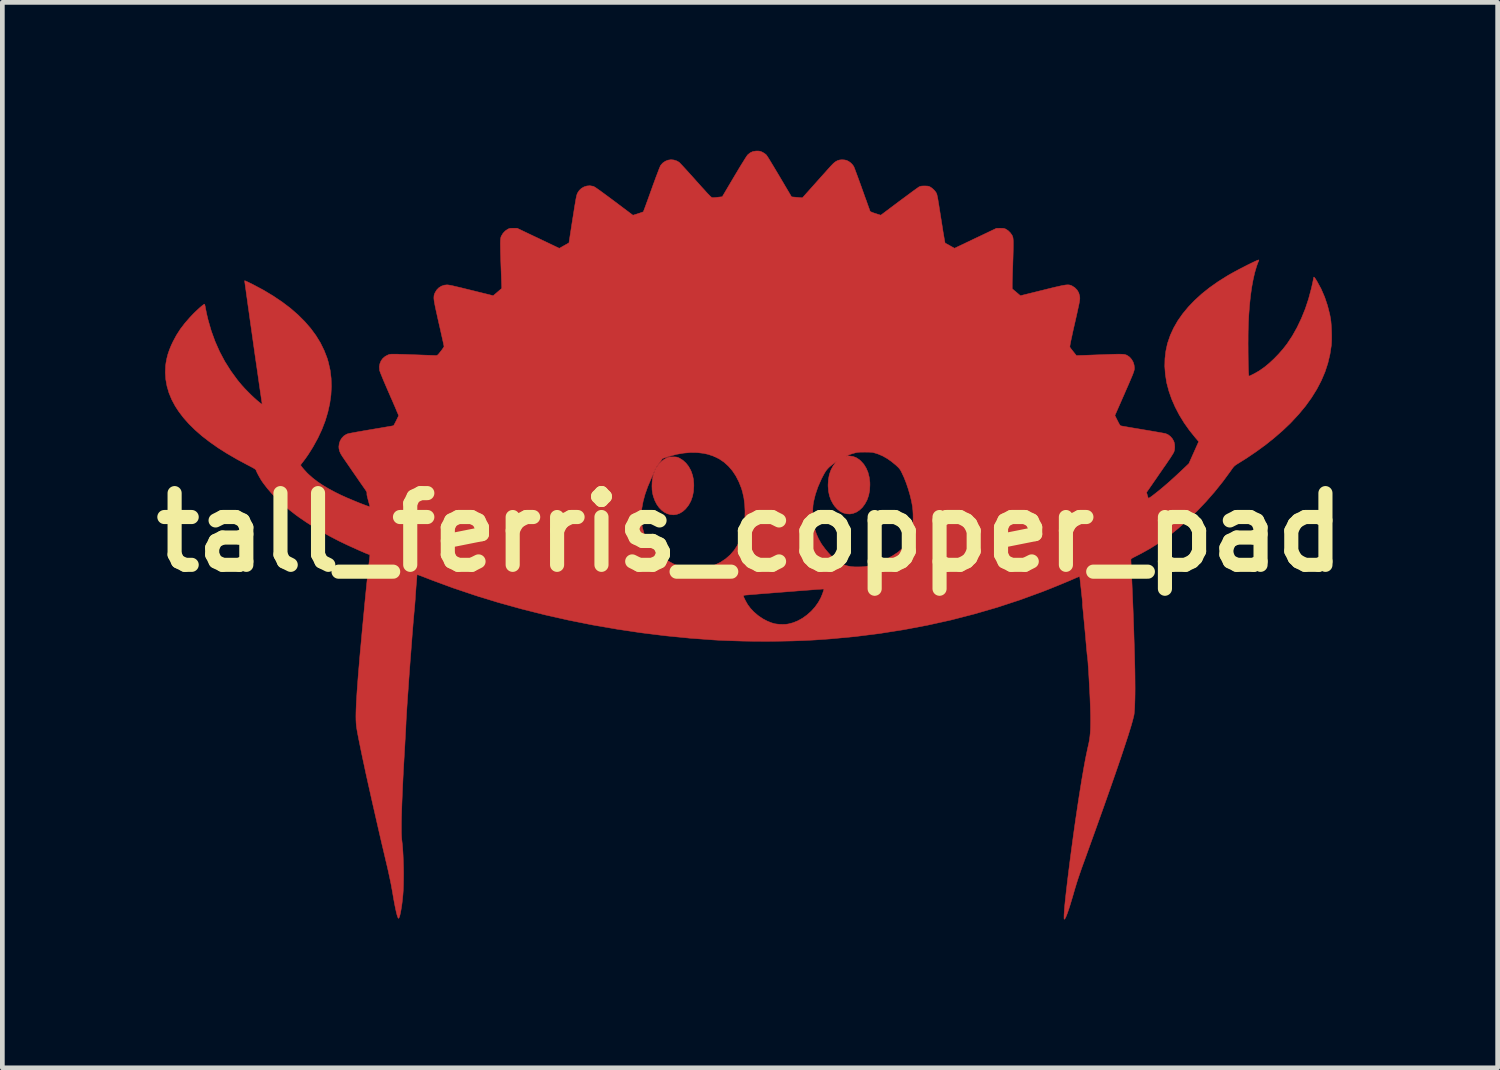
<source format=kicad_pcb>
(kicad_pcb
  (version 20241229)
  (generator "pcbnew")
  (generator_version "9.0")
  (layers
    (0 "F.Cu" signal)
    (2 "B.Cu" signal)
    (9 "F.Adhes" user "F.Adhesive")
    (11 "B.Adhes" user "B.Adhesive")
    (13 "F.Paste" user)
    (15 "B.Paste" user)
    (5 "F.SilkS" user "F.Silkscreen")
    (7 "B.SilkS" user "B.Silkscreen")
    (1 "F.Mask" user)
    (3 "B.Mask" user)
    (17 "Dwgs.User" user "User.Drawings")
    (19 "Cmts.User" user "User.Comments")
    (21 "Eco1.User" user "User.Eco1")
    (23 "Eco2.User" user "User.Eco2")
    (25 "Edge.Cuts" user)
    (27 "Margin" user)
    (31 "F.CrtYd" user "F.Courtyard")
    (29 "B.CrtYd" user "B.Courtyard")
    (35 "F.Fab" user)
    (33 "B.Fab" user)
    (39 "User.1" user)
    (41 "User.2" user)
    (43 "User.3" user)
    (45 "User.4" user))
  (footprint "tall_ferris_copper_pad"
    (layer "F.Cu")
    (at 12.889 8.264)
    (property "Reference" "tall_ferris_copper_pad" (at 0 0 0) (layer "F.SilkS") (effects (font (size 1.524 1.524) (thickness 0.3))))
    (attr through_hole)
    (fp_poly (pts (xy 0.182 -8.104) (xy 0.211 -8.1) (xy 0.238 -8.091) (xy 0.265 -8.079) (xy 0.297 -8.06) (xy 0.327 -8.039) (xy 0.346 -8.022) (xy 0.357 -8.007) (xy 0.375 -7.98) (xy 0.399 -7.943) (xy 0.427 -7.897) (xy 0.459 -7.844) (xy 0.493 -7.788) (xy 0.506 -7.766) (xy 0.548 -7.696) (xy 0.594 -7.619) (xy 0.642 -7.538) (xy 0.689 -7.459) (xy 0.732 -7.386) (xy 0.762 -7.335) (xy 0.883 -7.131) (xy 0.935 -7.126) (xy 0.971 -7.123) (xy 1.014 -7.119) (xy 1.05 -7.116) (xy 1.113 -7.11) (xy 1.384 -7.413) (xy 1.441 -7.477) (xy 1.497 -7.54) (xy 1.55 -7.599) (xy 1.6 -7.654) (xy 1.643 -7.703) (xy 1.679 -7.743) (xy 1.707 -7.774) (xy 1.723 -7.791) (xy 1.772 -7.842) (xy 1.817 -7.878) (xy 1.861 -7.902) (xy 1.907 -7.915) (xy 1.954 -7.919) (xy 2.004 -7.916) (xy 2.05 -7.907) (xy 2.055 -7.905) (xy 2.097 -7.884) (xy 2.14 -7.853) (xy 2.177 -7.815) (xy 2.205 -7.776) (xy 2.207 -7.771) (xy 2.213 -7.756) (xy 2.225 -7.727) (xy 2.24 -7.685) (xy 2.26 -7.632) (xy 2.283 -7.57) (xy 2.309 -7.499) (xy 2.337 -7.422) (xy 2.367 -7.339) (xy 2.386 -7.286) (xy 2.416 -7.202) (xy 2.444 -7.123) (xy 2.471 -7.051) (xy 2.494 -6.985) (xy 2.514 -6.929) (xy 2.531 -6.883) (xy 2.543 -6.849) (xy 2.55 -6.829) (xy 2.552 -6.824) (xy 2.563 -6.816) (xy 2.588 -6.804) (xy 2.625 -6.79) (xy 2.668 -6.776) (xy 2.779 -6.741) (xy 3.168 -7.033) (xy 3.241 -7.087) (xy 3.31 -7.138) (xy 3.375 -7.186) (xy 3.434 -7.23) (xy 3.485 -7.267) (xy 3.529 -7.299) (xy 3.562 -7.322) (xy 3.584 -7.338) (xy 3.593 -7.343) (xy 3.613 -7.352) (xy 3.635 -7.358) (xy 3.663 -7.361) (xy 3.703 -7.362) (xy 3.708 -7.362) (xy 3.749 -7.361) (xy 3.777 -7.359) (xy 3.799 -7.354) (xy 3.821 -7.345) (xy 3.832 -7.339) (xy 3.869 -7.314) (xy 3.907 -7.28) (xy 3.939 -7.243) (xy 3.957 -7.216) (xy 3.962 -7.206) (xy 3.966 -7.195) (xy 3.971 -7.182) (xy 3.975 -7.165) (xy 3.98 -7.142) (xy 3.986 -7.114) (xy 3.993 -7.077) (xy 4 -7.032) (xy 4.01 -6.976) (xy 4.02 -6.909) (xy 4.033 -6.829) (xy 4.048 -6.734) (xy 4.064 -6.634) (xy 4.078 -6.546) (xy 4.091 -6.463) (xy 4.103 -6.386) (xy 4.115 -6.318) (xy 4.125 -6.259) (xy 4.133 -6.211) (xy 4.14 -6.176) (xy 4.144 -6.155) (xy 4.146 -6.149) (xy 4.156 -6.144) (xy 4.177 -6.132) (xy 4.207 -6.116) (xy 4.243 -6.096) (xy 4.249 -6.092) (xy 4.345 -6.038) (xy 4.431 -6.079) (xy 4.457 -6.091) (xy 4.495 -6.109) (xy 4.546 -6.133) (xy 4.605 -6.162) (xy 4.672 -6.193) (xy 4.743 -6.228) (xy 4.819 -6.264) (xy 4.877 -6.291) (xy 5.237 -6.463) (xy 5.317 -6.464) (xy 5.359 -6.463) (xy 5.389 -6.461) (xy 5.412 -6.455) (xy 5.434 -6.446) (xy 5.436 -6.445) (xy 5.485 -6.413) (xy 5.53 -6.369) (xy 5.566 -6.319) (xy 5.569 -6.314) (xy 5.579 -6.292) (xy 5.586 -6.271) (xy 5.59 -6.247) (xy 5.593 -6.214) (xy 5.595 -6.172) (xy 5.595 -6.143) (xy 5.595 -6.099) (xy 5.594 -6.043) (xy 5.593 -5.977) (xy 5.591 -5.903) (xy 5.589 -5.824) (xy 5.586 -5.741) (xy 5.585 -5.693) (xy 5.582 -5.611) (xy 5.579 -5.532) (xy 5.577 -5.459) (xy 5.575 -5.392) (xy 5.573 -5.335) (xy 5.572 -5.289) (xy 5.572 -5.257) (xy 5.572 -5.244) (xy 5.572 -5.177) (xy 5.659 -5.104) (xy 5.746 -5.03) (xy 6.211 -5.145) (xy 6.32 -5.172) (xy 6.413 -5.195) (xy 6.493 -5.214) (xy 6.56 -5.229) (xy 6.616 -5.242) (xy 6.663 -5.251) (xy 6.701 -5.257) (xy 6.733 -5.26) (xy 6.759 -5.261) (xy 6.78 -5.259) (xy 6.799 -5.256) (xy 6.817 -5.25) (xy 6.834 -5.243) (xy 6.844 -5.238) (xy 6.903 -5.2) (xy 6.951 -5.151) (xy 6.985 -5.093) (xy 7.004 -5.027) (xy 7.008 -4.993) (xy 7.009 -4.978) (xy 7.008 -4.963) (xy 7.007 -4.944) (xy 7.003 -4.921) (xy 6.999 -4.893) (xy 6.992 -4.857) (xy 6.983 -4.813) (xy 6.971 -4.759) (xy 6.957 -4.694) (xy 6.94 -4.616) (xy 6.919 -4.524) (xy 6.9 -4.441) (xy 6.876 -4.336) (xy 6.856 -4.246) (xy 6.84 -4.17) (xy 6.826 -4.107) (xy 6.815 -4.056) (xy 6.807 -4.016) (xy 6.802 -3.985) (xy 6.798 -3.962) (xy 6.797 -3.947) (xy 6.798 -3.937) (xy 6.799 -3.934) (xy 6.808 -3.921) (xy 6.825 -3.898) (xy 6.848 -3.869) (xy 6.872 -3.838) (xy 6.935 -3.759) (xy 6.975 -3.759) (xy 6.991 -3.76) (xy 7.022 -3.761) (xy 7.067 -3.762) (xy 7.123 -3.764) (xy 7.189 -3.766) (xy 7.264 -3.769) (xy 7.344 -3.772) (xy 7.43 -3.775) (xy 7.461 -3.776) (xy 7.565 -3.78) (xy 7.653 -3.783) (xy 7.727 -3.786) (xy 7.788 -3.787) (xy 7.839 -3.788) (xy 7.88 -3.787) (xy 7.913 -3.786) (xy 7.939 -3.784) (xy 7.961 -3.781) (xy 7.978 -3.776) (xy 7.994 -3.771) (xy 8.008 -3.764) (xy 8.017 -3.76) (xy 8.068 -3.724) (xy 8.11 -3.676) (xy 8.142 -3.62) (xy 8.162 -3.557) (xy 8.169 -3.492) (xy 8.167 -3.468) (xy 8.166 -3.457) (xy 8.163 -3.445) (xy 8.159 -3.43) (xy 8.153 -3.412) (xy 8.145 -3.389) (xy 8.135 -3.361) (xy 8.121 -3.326) (xy 8.103 -3.284) (xy 8.081 -3.232) (xy 8.055 -3.171) (xy 8.024 -3.1) (xy 7.987 -3.016) (xy 7.945 -2.919) (xy 7.896 -2.808) (xy 7.881 -2.773) (xy 7.754 -2.485) (xy 7.808 -2.377) (xy 7.833 -2.328) (xy 7.852 -2.294) (xy 7.867 -2.273) (xy 7.878 -2.265) (xy 7.878 -2.265) (xy 7.89 -2.263) (xy 7.916 -2.258) (xy 7.956 -2.251) (xy 8.008 -2.242) (xy 8.07 -2.231) (xy 8.141 -2.219) (xy 8.219 -2.206) (xy 8.303 -2.192) (xy 8.348 -2.184) (xy 8.434 -2.17) (xy 8.516 -2.156) (xy 8.592 -2.143) (xy 8.661 -2.131) (xy 8.72 -2.12) (xy 8.769 -2.112) (xy 8.804 -2.105) (xy 8.826 -2.101) (xy 8.831 -2.1) (xy 8.882 -2.078) (xy 8.93 -2.042) (xy 8.971 -1.997) (xy 9.002 -1.944) (xy 9.013 -1.916) (xy 9.023 -1.866) (xy 9.026 -1.81) (xy 9.021 -1.756) (xy 9.01 -1.713) (xy 9.001 -1.695) (xy 8.984 -1.665) (xy 8.96 -1.627) (xy 8.931 -1.581) (xy 8.897 -1.532) (xy 8.869 -1.49) (xy 8.829 -1.431) (xy 8.785 -1.369) (xy 8.742 -1.306) (xy 8.701 -1.247) (xy 8.666 -1.196) (xy 8.653 -1.177) (xy 8.618 -1.126) (xy 8.58 -1.072) (xy 8.544 -1.019) (xy 8.511 -0.972) (xy 8.495 -0.948) (xy 8.427 -0.851) (xy 8.443 -0.792) (xy 8.452 -0.762) (xy 8.46 -0.738) (xy 8.466 -0.726) (xy 8.466 -0.726) (xy 8.475 -0.728) (xy 8.494 -0.739) (xy 8.522 -0.758) (xy 8.555 -0.782) (xy 8.569 -0.793) (xy 8.675 -0.876) (xy 8.786 -0.968) (xy 8.902 -1.068) (xy 9.025 -1.179) (xy 9.157 -1.302) (xy 9.173 -1.317) (xy 9.326 -1.462) (xy 9.535 -1.93) (xy 9.464 -2.013) (xy 9.339 -2.168) (xy 9.225 -2.329) (xy 9.123 -2.495) (xy 9.035 -2.664) (xy 8.96 -2.835) (xy 8.901 -3.005) (xy 8.856 -3.174) (xy 8.852 -3.196) (xy 8.826 -3.363) (xy 8.814 -3.529) (xy 8.818 -3.693) (xy 8.837 -3.854) (xy 8.87 -4.008) (xy 8.878 -4.034) (xy 8.932 -4.191) (xy 9.003 -4.345) (xy 9.09 -4.497) (xy 9.194 -4.645) (xy 9.313 -4.789) (xy 9.448 -4.93) (xy 9.598 -5.067) (xy 9.763 -5.199) (xy 9.943 -5.326) (xy 10.138 -5.449) (xy 10.143 -5.452) (xy 10.193 -5.481) (xy 10.25 -5.513) (xy 10.312 -5.547) (xy 10.377 -5.582) (xy 10.444 -5.617) (xy 10.511 -5.651) (xy 10.575 -5.684) (xy 10.636 -5.714) (xy 10.69 -5.74) (xy 10.737 -5.762) (xy 10.775 -5.779) (xy 10.8 -5.788) (xy 10.812 -5.791) (xy 10.814 -5.785) (xy 10.809 -5.768) (xy 10.805 -5.759) (xy 10.795 -5.737) (xy 10.783 -5.704) (xy 10.769 -5.666) (xy 10.763 -5.647) (xy 10.724 -5.515) (xy 10.691 -5.368) (xy 10.661 -5.206) (xy 10.636 -5.028) (xy 10.616 -4.835) (xy 10.6 -4.626) (xy 10.592 -4.47) (xy 10.59 -4.412) (xy 10.588 -4.344) (xy 10.586 -4.268) (xy 10.585 -4.186) (xy 10.585 -4.1) (xy 10.584 -4.011) (xy 10.585 -3.921) (xy 10.585 -3.832) (xy 10.586 -3.745) (xy 10.587 -3.661) (xy 10.588 -3.583) (xy 10.59 -3.512) (xy 10.592 -3.45) (xy 10.594 -3.399) (xy 10.597 -3.359) (xy 10.599 -3.333) (xy 10.602 -3.323) (xy 10.612 -3.324) (xy 10.633 -3.332) (xy 10.663 -3.347) (xy 10.7 -3.365) (xy 10.739 -3.386) (xy 10.779 -3.409) (xy 10.817 -3.431) (xy 10.832 -3.441) (xy 10.932 -3.511) (xy 11.034 -3.595) (xy 11.136 -3.69) (xy 11.235 -3.792) (xy 11.328 -3.898) (xy 11.413 -4.007) (xy 11.415 -4.01) (xy 11.525 -4.176) (xy 11.626 -4.356) (xy 11.717 -4.547) (xy 11.799 -4.749) (xy 11.869 -4.96) (xy 11.928 -5.179) (xy 11.955 -5.298) (xy 11.964 -5.342) (xy 11.972 -5.379) (xy 11.977 -5.406) (xy 11.98 -5.422) (xy 11.98 -5.424) (xy 11.984 -5.427) (xy 11.995 -5.416) (xy 12.012 -5.394) (xy 12.032 -5.363) (xy 12.047 -5.339) (xy 12.136 -5.176) (xy 12.211 -5.003) (xy 12.272 -4.822) (xy 12.32 -4.634) (xy 12.337 -4.543) (xy 12.345 -4.484) (xy 12.351 -4.413) (xy 12.356 -4.334) (xy 12.359 -4.251) (xy 12.361 -4.168) (xy 12.36 -4.089) (xy 12.357 -4.019) (xy 12.354 -3.978) (xy 12.325 -3.787) (xy 12.28 -3.597) (xy 12.219 -3.41) (xy 12.14 -3.225) (xy 12.045 -3.043) (xy 11.933 -2.863) (xy 11.805 -2.685) (xy 11.66 -2.51) (xy 11.499 -2.337) (xy 11.482 -2.319) (xy 11.317 -2.162) (xy 11.143 -2.011) (xy 10.958 -1.863) (xy 10.761 -1.719) (xy 10.55 -1.576) (xy 10.374 -1.466) (xy 10.342 -1.446) (xy 10.317 -1.429) (xy 10.297 -1.413) (xy 10.279 -1.395) (xy 10.26 -1.372) (xy 10.237 -1.34) (xy 10.21 -1.301) (xy 10.047 -1.079) (xy 9.872 -0.861) (xy 9.688 -0.651) (xy 9.496 -0.449) (xy 9.298 -0.259) (xy 9.097 -0.083) (xy 9.003 -0.006) (xy 8.833 0.123) (xy 8.665 0.24) (xy 8.496 0.346) (xy 8.32 0.444) (xy 8.223 0.494) (xy 8.176 0.518) (xy 8.142 0.536) (xy 8.119 0.549) (xy 8.105 0.56) (xy 8.097 0.568) (xy 8.094 0.577) (xy 8.094 0.582) (xy 8.095 0.598) (xy 8.096 0.627) (xy 8.098 0.667) (xy 8.1 0.715) (xy 8.102 0.766) (xy 8.11 0.929) (xy 8.118 1.105) (xy 8.126 1.292) (xy 8.134 1.487) (xy 8.142 1.687) (xy 8.149 1.89) (xy 8.156 2.091) (xy 8.162 2.289) (xy 8.168 2.48) (xy 8.173 2.661) (xy 8.177 2.83) (xy 8.179 2.913) (xy 8.181 3.055) (xy 8.182 3.19) (xy 8.183 3.317) (xy 8.182 3.435) (xy 8.18 3.544) (xy 8.177 3.64) (xy 8.174 3.725) (xy 8.169 3.795) (xy 8.164 3.851) (xy 8.158 3.89) (xy 8.144 3.947) (xy 8.125 4.02) (xy 8.1 4.108) (xy 8.068 4.212) (xy 8.031 4.331) (xy 7.987 4.465) (xy 7.938 4.614) (xy 7.883 4.779) (xy 7.822 4.958) (xy 7.755 5.152) (xy 7.682 5.361) (xy 7.604 5.584) (xy 7.52 5.822) (xy 7.43 6.074) (xy 7.335 6.34) (xy 7.234 6.62) (xy 7.128 6.915) (xy 7.05 7.129) (xy 7.014 7.233) (xy 6.977 7.341) (xy 6.942 7.449) (xy 6.911 7.551) (xy 6.888 7.629) (xy 6.853 7.751) (xy 6.82 7.86) (xy 6.791 7.955) (xy 6.764 8.037) (xy 6.74 8.104) (xy 6.719 8.157) (xy 6.702 8.194) (xy 6.688 8.216) (xy 6.679 8.221) (xy 6.675 8.216) (xy 6.673 8.199) (xy 6.673 8.168) (xy 6.674 8.123) (xy 6.675 8.11) (xy 6.679 8.046) (xy 6.685 7.967) (xy 6.694 7.873) (xy 6.705 7.767) (xy 6.718 7.649) (xy 6.733 7.521) (xy 6.749 7.384) (xy 6.767 7.239) (xy 6.786 7.088) (xy 6.806 6.931) (xy 6.827 6.771) (xy 6.849 6.608) (xy 6.871 6.444) (xy 6.894 6.28) (xy 6.917 6.117) (xy 6.941 5.957) (xy 6.964 5.801) (xy 6.987 5.65) (xy 6.998 5.58) (xy 7.025 5.41) (xy 7.05 5.255) (xy 7.074 5.116) (xy 7.096 4.989) (xy 7.117 4.874) (xy 7.137 4.77) (xy 7.157 4.675) (xy 7.175 4.589) (xy 7.188 4.533) (xy 7.202 4.469) (xy 7.214 4.404) (xy 7.223 4.336) (xy 7.23 4.263) (xy 7.235 4.184) (xy 7.237 4.096) (xy 7.238 3.998) (xy 7.237 3.887) (xy 7.234 3.763) (xy 7.232 3.706) (xy 7.229 3.626) (xy 7.226 3.539) (xy 7.222 3.448) (xy 7.217 3.354) (xy 7.212 3.259) (xy 7.207 3.165) (xy 7.202 3.073) (xy 7.197 2.985) (xy 7.192 2.902) (xy 7.186 2.826) (xy 7.182 2.76) (xy 7.177 2.703) (xy 7.173 2.66) (xy 7.169 2.63) (xy 7.167 2.616) (xy 7.165 2.604) (xy 7.162 2.578) (xy 7.159 2.54) (xy 7.154 2.493) (xy 7.149 2.439) (xy 7.146 2.4) (xy 7.14 2.335) (xy 7.134 2.261) (xy 7.127 2.18) (xy 7.119 2.096) (xy 7.111 2.01) (xy 7.103 1.925) (xy 7.095 1.844) (xy 7.088 1.768) (xy 7.082 1.7) (xy 7.076 1.644) (xy 7.071 1.6) (xy 7.07 1.584) (xy 7.066 1.551) (xy 7.065 1.525) (xy 7.065 1.51) (xy 7.065 1.508) (xy 7.066 1.497) (xy 7.065 1.475) (xy 7.062 1.444) (xy 7.061 1.435) (xy 7.058 1.407) (xy 7.053 1.366) (xy 7.048 1.314) (xy 7.041 1.256) (xy 7.035 1.194) (xy 7.031 1.16) (xy 7.025 1.102) (xy 7.019 1.05) (xy 7.014 1.005) (xy 7.01 0.971) (xy 7.007 0.949) (xy 7.006 0.942) (xy 6.997 0.94) (xy 6.975 0.947) (xy 6.938 0.961) (xy 6.907 0.975) (xy 6.841 1.004) (xy 6.763 1.037) (xy 6.675 1.074) (xy 6.581 1.113) (xy 6.485 1.152) (xy 6.389 1.191) (xy 6.298 1.227) (xy 6.214 1.26) (xy 5.738 1.434) (xy 5.256 1.592) (xy 4.767 1.734) (xy 4.271 1.862) (xy 3.769 1.973) (xy 3.26 2.069) (xy 2.745 2.15) (xy 2.224 2.215) (xy 1.696 2.264) (xy 1.384 2.286) (xy 1.147 2.298) (xy 0.897 2.307) (xy 0.637 2.312) (xy 0.373 2.315) (xy 0.107 2.314) (xy -0.156 2.31) (xy -0.413 2.302) (xy -0.66 2.292) (xy -0.766 2.286) (xy -1.281 2.248) (xy -1.798 2.197) (xy -2.315 2.133) (xy -2.831 2.056) (xy -3.346 1.967) (xy -3.857 1.865) (xy -4.363 1.751) (xy -4.863 1.625) (xy -5.355 1.488) (xy -5.808 1.349) (xy -0.14 1.349) (xy -0.137 1.363) (xy -0.128 1.387) (xy -0.111 1.422) (xy -0.099 1.447) (xy -0.051 1.533) (xy 0.009 1.613) (xy 0.08 1.689) (xy 0.166 1.763) (xy 0.195 1.784) (xy 0.278 1.839) (xy 0.366 1.885) (xy 0.455 1.921) (xy 0.529 1.942) (xy 0.579 1.949) (xy 0.638 1.954) (xy 0.7 1.955) (xy 0.76 1.953) (xy 0.809 1.947) (xy 0.914 1.92) (xy 1.018 1.878) (xy 1.118 1.822) (xy 1.213 1.753) (xy 1.302 1.674) (xy 1.381 1.586) (xy 1.45 1.489) (xy 1.501 1.398) (xy 1.517 1.361) (xy 1.535 1.317) (xy 1.55 1.276) (xy 1.55 1.274) (xy 1.573 1.206) (xy 1.554 1.204) (xy 1.544 1.204) (xy 1.518 1.206) (xy 1.478 1.209) (xy 1.425 1.212) (xy 1.361 1.217) (xy 1.288 1.223) (xy 1.205 1.229) (xy 1.116 1.236) (xy 1.021 1.243) (xy 0.923 1.251) (xy 0.821 1.259) (xy 0.718 1.267) (xy 0.615 1.275) (xy 0.513 1.283) (xy 0.415 1.291) (xy 0.32 1.298) (xy 0.232 1.305) (xy 0.15 1.312) (xy 0.077 1.318) (xy 0.014 1.323) (xy -0.038 1.328) (xy -0.077 1.331) (xy -0.102 1.333) (xy -0.108 1.334) (xy -0.125 1.337) (xy -0.135 1.341) (xy -0.14 1.349) (xy -5.808 1.349) (xy -5.839 1.339) (xy -6.312 1.18) (xy -6.773 1.01) (xy -6.919 0.953) (xy -6.965 0.935) (xy -7.006 0.92) (xy -7.038 0.908) (xy -7.061 0.9) (xy -7.069 0.897) (xy -7.076 0.905) (xy -7.078 0.921) (xy -7.079 0.937) (xy -7.081 0.966) (xy -7.084 1.006) (xy -7.088 1.052) (xy -7.091 1.084) (xy -7.096 1.143) (xy -7.101 1.213) (xy -7.106 1.285) (xy -7.111 1.352) (xy -7.112 1.376) (xy -7.116 1.436) (xy -7.121 1.501) (xy -7.126 1.564) (xy -7.131 1.619) (xy -7.133 1.643) (xy -7.139 1.7) (xy -7.145 1.772) (xy -7.153 1.857) (xy -7.161 1.954) (xy -7.169 2.06) (xy -7.179 2.176) (xy -7.188 2.299) (xy -7.198 2.427) (xy -7.208 2.56) (xy -7.219 2.696) (xy -7.229 2.833) (xy -7.239 2.971) (xy -7.249 3.107) (xy -7.258 3.24) (xy -7.267 3.369) (xy -7.276 3.493) (xy -7.284 3.609) (xy -7.291 3.717) (xy -7.297 3.814) (xy -7.302 3.901) (xy -7.307 3.974) (xy -7.31 4.033) (xy -7.311 4.068) (xy -7.313 4.103) (xy -7.315 4.153) (xy -7.318 4.214) (xy -7.322 4.284) (xy -7.326 4.36) (xy -7.331 4.44) (xy -7.335 4.522) (xy -7.336 4.538) (xy -7.35 4.778) (xy -7.363 5.004) (xy -7.374 5.216) (xy -7.383 5.413) (xy -7.391 5.597) (xy -7.398 5.765) (xy -7.403 5.919) (xy -7.407 6.057) (xy -7.409 6.18) (xy -7.409 6.288) (xy -7.409 6.379) (xy -7.406 6.454) (xy -7.402 6.512) (xy -7.4 6.535) (xy -7.389 6.63) (xy -7.38 6.738) (xy -7.373 6.857) (xy -7.368 6.983) (xy -7.364 7.112) (xy -7.362 7.242) (xy -7.363 7.368) (xy -7.365 7.489) (xy -7.369 7.6) (xy -7.376 7.699) (xy -7.378 7.72) (xy -7.386 7.8) (xy -7.395 7.878) (xy -7.405 7.951) (xy -7.416 8.018) (xy -7.427 8.077) (xy -7.438 8.127) (xy -7.449 8.165) (xy -7.459 8.191) (xy -7.468 8.202) (xy -7.47 8.202) (xy -7.48 8.191) (xy -7.492 8.163) (xy -7.505 8.119) (xy -7.52 8.058) (xy -7.537 7.981) (xy -7.555 7.889) (xy -7.575 7.781) (xy -7.596 7.657) (xy -7.603 7.617) (xy -7.615 7.552) (xy -7.629 7.475) (xy -7.647 7.387) (xy -7.667 7.294) (xy -7.688 7.197) (xy -7.71 7.101) (xy -7.718 7.068) (xy -7.776 6.821) (xy -7.833 6.58) (xy -7.887 6.346) (xy -7.939 6.119) (xy -7.989 5.899) (xy -8.037 5.689) (xy -8.082 5.487) (xy -8.125 5.296) (xy -8.165 5.115) (xy -8.201 4.945) (xy -8.235 4.788) (xy -8.265 4.643) (xy -8.292 4.511) (xy -8.316 4.393) (xy -8.336 4.29) (xy -8.352 4.202) (xy -8.361 4.144) (xy -8.367 4.099) (xy -8.371 4.046) (xy -8.374 3.985) (xy -8.375 3.914) (xy -8.374 3.833) (xy -8.371 3.741) (xy -8.367 3.638) (xy -8.36 3.522) (xy -8.352 3.393) (xy -8.342 3.25) (xy -8.33 3.092) (xy -8.316 2.918) (xy -8.305 2.794) (xy -8.295 2.668) (xy -8.283 2.535) (xy -8.27 2.397) (xy -8.257 2.254) (xy -8.244 2.109) (xy -8.23 1.962) (xy -8.216 1.815) (xy -8.202 1.67) (xy -8.189 1.527) (xy -8.175 1.388) (xy -8.162 1.255) (xy -8.149 1.129) (xy -8.137 1.011) (xy -8.125 0.903) (xy -8.115 0.806) (xy -8.106 0.722) (xy -8.097 0.651) (xy -8.09 0.596) (xy -8.089 0.588) (xy -8.084 0.542) (xy -8.08 0.51) (xy -8.08 0.489) (xy -8.082 0.477) (xy -8.088 0.471) (xy -8.094 0.47) (xy -8.11 0.465) (xy -8.138 0.454) (xy -8.178 0.438) (xy -8.228 0.416) (xy -8.284 0.392) (xy -8.347 0.364) (xy -8.412 0.334) (xy -8.48 0.304) (xy -8.547 0.273) (xy -8.611 0.243) (xy -8.671 0.214) (xy -8.725 0.188) (xy -8.749 0.176) (xy -8.924 0.085) (xy -9.098 -0.012) (xy -9.268 -0.113) (xy -9.431 -0.217) (xy -9.582 -0.32) (xy -9.648 -0.368) (xy -9.657 -0.375) (xy -2.31 -0.375) (xy -2.307 -0.242) (xy -2.29 -0.116) (xy -2.259 0) (xy -2.213 0.116) (xy -2.15 0.227) (xy -2.074 0.33) (xy -1.983 0.427) (xy -1.879 0.515) (xy -1.761 0.596) (xy -1.632 0.667) (xy -1.491 0.729) (xy -1.339 0.782) (xy -1.333 0.783) (xy -1.303 0.793) (xy -1.281 0.799) (xy -1.264 0.802) (xy -1.247 0.803) (xy -1.226 0.801) (xy -1.195 0.798) (xy -1.168 0.795) (xy -1.015 0.773) (xy -0.873 0.738) (xy -0.743 0.691) (xy -0.625 0.633) (xy -0.518 0.562) (xy -0.423 0.479) (xy -0.34 0.384) (xy -0.27 0.278) (xy -0.211 0.16) (xy -0.183 0.087) (xy -0.148 -0.036) (xy -0.123 -0.168) (xy -0.109 -0.307) (xy -0.106 -0.449) (xy -0.106 -0.45) (xy 1.334 -0.45) (xy 1.334 -0.381) (xy 1.336 -0.314) (xy 1.34 -0.251) (xy 1.345 -0.199) (xy 1.349 -0.175) (xy 1.376 -0.069) (xy 1.412 0.037) (xy 1.457 0.138) (xy 1.509 0.23) (xy 1.53 0.262) (xy 1.592 0.346) (xy 1.656 0.424) (xy 1.721 0.495) (xy 1.784 0.555) (xy 1.844 0.604) (xy 1.885 0.631) (xy 1.952 0.668) (xy 2.016 0.696) (xy 2.08 0.715) (xy 2.148 0.727) (xy 2.225 0.733) (xy 2.311 0.733) (xy 2.367 0.732) (xy 2.411 0.729) (xy 2.448 0.726) (xy 2.481 0.72) (xy 2.517 0.713) (xy 2.55 0.704) (xy 2.669 0.667) (xy 2.791 0.619) (xy 2.913 0.562) (xy 3.028 0.498) (xy 3.132 0.43) (xy 3.154 0.414) (xy 3.233 0.345) (xy 3.302 0.263) (xy 3.36 0.168) (xy 3.406 0.064) (xy 3.441 -0.051) (xy 3.452 -0.105) (xy 3.46 -0.162) (xy 3.464 -0.232) (xy 3.466 -0.309) (xy 3.465 -0.388) (xy 3.461 -0.465) (xy 3.454 -0.535) (xy 3.451 -0.559) (xy 3.429 -0.675) (xy 3.399 -0.798) (xy 3.362 -0.924) (xy 3.32 -1.048) (xy 3.274 -1.165) (xy 3.225 -1.27) (xy 3.215 -1.29) (xy 3.198 -1.322) (xy 3.179 -1.349) (xy 3.157 -1.375) (xy 3.127 -1.404) (xy 3.1 -1.429) (xy 3.005 -1.507) (xy 2.913 -1.571) (xy 2.821 -1.623) (xy 2.726 -1.664) (xy 2.671 -1.682) (xy 2.642 -1.69) (xy 2.617 -1.697) (xy 2.592 -1.701) (xy 2.564 -1.703) (xy 2.528 -1.705) (xy 2.481 -1.705) (xy 2.443 -1.706) (xy 2.386 -1.705) (xy 2.343 -1.705) (xy 2.309 -1.703) (xy 2.281 -1.7) (xy 2.255 -1.695) (xy 2.227 -1.688) (xy 2.21 -1.683) (xy 2.17 -1.672) (xy 2.132 -1.659) (xy 2.101 -1.648) (xy 2.091 -1.645) (xy 2.053 -1.628) (xy 2.124 -1.623) (xy 2.194 -1.612) (xy 2.257 -1.588) (xy 2.318 -1.549) (xy 2.353 -1.519) (xy 2.417 -1.449) (xy 2.468 -1.367) (xy 2.507 -1.276) (xy 2.533 -1.174) (xy 2.547 -1.065) (xy 2.548 -1.008) (xy 2.542 -0.891) (xy 2.521 -0.785) (xy 2.487 -0.688) (xy 2.442 -0.605) (xy 2.388 -0.531) (xy 2.327 -0.474) (xy 2.262 -0.431) (xy 2.193 -0.404) (xy 2.123 -0.391) (xy 2.053 -0.395) (xy 1.984 -0.413) (xy 1.917 -0.446) (xy 1.855 -0.495) (xy 1.797 -0.559) (xy 1.765 -0.605) (xy 1.72 -0.689) (xy 1.688 -0.778) (xy 1.668 -0.874) (xy 1.659 -0.98) (xy 1.659 -1.016) (xy 1.666 -1.127) (xy 1.686 -1.231) (xy 1.72 -1.327) (xy 1.766 -1.414) (xy 1.819 -1.485) (xy 1.841 -1.51) (xy 1.812 -1.49) (xy 1.793 -1.476) (xy 1.765 -1.454) (xy 1.733 -1.428) (xy 1.708 -1.408) (xy 1.676 -1.38) (xy 1.649 -1.352) (xy 1.623 -1.321) (xy 1.599 -1.286) (xy 1.573 -1.242) (xy 1.545 -1.189) (xy 1.511 -1.122) (xy 1.511 -1.121) (xy 1.443 -0.966) (xy 1.389 -0.807) (xy 1.35 -0.649) (xy 1.345 -0.618) (xy 1.339 -0.573) (xy 1.335 -0.515) (xy 1.334 -0.45) (xy -0.106 -0.45) (xy -0.113 -0.591) (xy -0.13 -0.728) (xy -0.159 -0.859) (xy -0.182 -0.937) (xy -0.237 -1.075) (xy -0.301 -1.2) (xy -0.375 -1.311) (xy -0.459 -1.408) (xy -0.552 -1.492) (xy -0.655 -1.562) (xy -0.766 -1.617) (xy -0.779 -1.621) (xy 2.04 -1.621) (xy 2.045 -1.617) (xy 2.049 -1.621) (xy 2.045 -1.626) (xy 2.04 -1.621) (xy -0.779 -1.621) (xy -0.887 -1.658) (xy -0.986 -1.68) (xy -1.121 -1.696) (xy -1.262 -1.698) (xy -1.409 -1.685) (xy -1.558 -1.66) (xy -1.707 -1.62) (xy -1.751 -1.606) (xy -1.858 -1.571) (xy -1.892 -1.522) (xy -1.913 -1.493) (xy -1.934 -1.464) (xy -1.948 -1.446) (xy -1.968 -1.421) (xy -1.984 -1.397) (xy -1.994 -1.38) (xy -1.996 -1.372) (xy -1.996 -1.372) (xy -1.989 -1.378) (xy -1.977 -1.395) (xy -1.965 -1.413) (xy -1.927 -1.462) (xy -1.879 -1.51) (xy -1.826 -1.551) (xy -1.78 -1.577) (xy -1.752 -1.59) (xy -1.729 -1.598) (xy -1.704 -1.602) (xy -1.674 -1.604) (xy -1.638 -1.604) (xy -1.598 -1.604) (xy -1.569 -1.602) (xy -1.546 -1.597) (xy -1.523 -1.589) (xy -1.496 -1.576) (xy -1.426 -1.532) (xy -1.362 -1.474) (xy -1.306 -1.403) (xy -1.26 -1.32) (xy -1.245 -1.284) (xy -1.219 -1.205) (xy -1.202 -1.123) (xy -1.195 -1.033) (xy -1.194 -0.991) (xy -1.201 -0.873) (xy -1.222 -0.766) (xy -1.257 -0.667) (xy -1.306 -0.578) (xy -1.369 -0.499) (xy -1.429 -0.445) (xy -1.493 -0.406) (xy -1.559 -0.382) (xy -1.626 -0.373) (xy -1.693 -0.379) (xy -1.759 -0.397) (xy -1.821 -0.429) (xy -1.88 -0.473) (xy -1.934 -0.529) (xy -1.982 -0.597) (xy -2.022 -0.675) (xy -2.054 -0.763) (xy -2.07 -0.826) (xy -2.081 -0.901) (xy -2.084 -0.983) (xy -2.081 -1.068) (xy -2.07 -1.149) (xy -2.054 -1.224) (xy -2.036 -1.275) (xy -2.029 -1.296) (xy -2.026 -1.308) (xy -2.027 -1.31) (xy -2.031 -1.305) (xy -2.039 -1.288) (xy -2.045 -1.273) (xy -2.054 -1.249) (xy -2.069 -1.214) (xy -2.087 -1.174) (xy -2.104 -1.135) (xy -2.175 -0.968) (xy -2.231 -0.809) (xy -2.272 -0.658) (xy -2.299 -0.513) (xy -2.31 -0.375) (xy -9.657 -0.375) (xy -9.788 -0.477) (xy -9.921 -0.589) (xy -10.044 -0.704) (xy -10.157 -0.819) (xy -10.257 -0.934) (xy -10.343 -1.046) (xy -10.371 -1.086) (xy -10.398 -1.128) (xy -10.425 -1.175) (xy -10.451 -1.222) (xy -10.474 -1.266) (xy -10.49 -1.302) (xy -10.496 -1.318) (xy -10.501 -1.327) (xy -10.509 -1.336) (xy -10.522 -1.347) (xy -10.542 -1.36) (xy -10.571 -1.377) (xy -10.611 -1.398) (xy -10.664 -1.426) (xy -10.678 -1.433) (xy -10.905 -1.555) (xy -11.115 -1.677) (xy -11.309 -1.8) (xy -11.486 -1.925) (xy -11.648 -2.05) (xy -11.794 -2.178) (xy -11.925 -2.307) (xy -12.041 -2.438) (xy -12.142 -2.571) (xy -12.216 -2.685) (xy -12.29 -2.823) (xy -12.348 -2.964) (xy -12.39 -3.107) (xy -12.416 -3.251) (xy -12.426 -3.396) (xy -12.42 -3.54) (xy -12.411 -3.607) (xy -12.393 -3.7) (xy -12.37 -3.789) (xy -12.339 -3.879) (xy -12.301 -3.973) (xy -12.264 -4.051) (xy -12.191 -4.188) (xy -12.107 -4.319) (xy -12.01 -4.446) (xy -11.899 -4.573) (xy -11.83 -4.646) (xy -11.785 -4.69) (xy -11.74 -4.732) (xy -11.699 -4.77) (xy -11.661 -4.803) (xy -11.63 -4.828) (xy -11.607 -4.845) (xy -11.594 -4.851) (xy -11.594 -4.851) (xy -11.589 -4.844) (xy -11.583 -4.822) (xy -11.576 -4.791) (xy -11.571 -4.76) (xy -11.563 -4.721) (xy -11.553 -4.67) (xy -11.54 -4.612) (xy -11.526 -4.554) (xy -11.518 -4.519) (xy -11.451 -4.286) (xy -11.369 -4.06) (xy -11.273 -3.843) (xy -11.162 -3.634) (xy -11.036 -3.434) (xy -10.896 -3.242) (xy -10.856 -3.193) (xy -10.801 -3.127) (xy -10.738 -3.058) (xy -10.671 -2.989) (xy -10.603 -2.921) (xy -10.535 -2.857) (xy -10.472 -2.801) (xy -10.416 -2.755) (xy -10.4 -2.743) (xy -10.379 -2.729) (xy -10.369 -2.725) (xy -10.368 -2.731) (xy -10.368 -2.732) (xy -10.37 -2.747) (xy -10.375 -2.776) (xy -10.382 -2.82) (xy -10.39 -2.876) (xy -10.4 -2.945) (xy -10.412 -3.025) (xy -10.425 -3.114) (xy -10.439 -3.212) (xy -10.454 -3.318) (xy -10.47 -3.43) (xy -10.487 -3.547) (xy -10.505 -3.669) (xy -10.523 -3.794) (xy -10.541 -3.922) (xy -10.559 -4.05) (xy -10.577 -4.178) (xy -10.595 -4.305) (xy -10.613 -4.43) (xy -10.63 -4.551) (xy -10.646 -4.668) (xy -10.662 -4.779) (xy -10.677 -4.884) (xy -10.69 -4.981) (xy -10.703 -5.069) (xy -10.713 -5.147) (xy -10.723 -5.214) (xy -10.73 -5.268) (xy -10.736 -5.31) (xy -10.739 -5.337) (xy -10.74 -5.349) (xy -10.74 -5.349) (xy -10.731 -5.347) (xy -10.71 -5.338) (xy -10.678 -5.324) (xy -10.637 -5.304) (xy -10.59 -5.281) (xy -10.564 -5.268) (xy -10.342 -5.15) (xy -10.136 -5.026) (xy -9.945 -4.898) (xy -9.769 -4.765) (xy -9.61 -4.627) (xy -9.466 -4.484) (xy -9.338 -4.337) (xy -9.226 -4.185) (xy -9.13 -4.029) (xy -9.051 -3.868) (xy -8.987 -3.704) (xy -8.961 -3.615) (xy -8.923 -3.448) (xy -8.902 -3.276) (xy -8.896 -3.101) (xy -8.906 -2.921) (xy -8.931 -2.74) (xy -8.972 -2.557) (xy -9.027 -2.372) (xy -9.098 -2.188) (xy -9.184 -2.004) (xy -9.284 -1.822) (xy -9.327 -1.752) (xy -9.391 -1.651) (xy -9.452 -1.564) (xy -9.511 -1.486) (xy -9.514 -1.483) (xy -9.532 -1.46) (xy -9.545 -1.441) (xy -9.55 -1.432) (xy -9.55 -1.432) (xy -9.545 -1.42) (xy -9.529 -1.397) (xy -9.506 -1.368) (xy -9.477 -1.334) (xy -9.445 -1.299) (xy -9.412 -1.263) (xy -9.383 -1.235) (xy -9.294 -1.156) (xy -9.193 -1.078) (xy -9.08 -1.002) (xy -8.954 -0.927) (xy -8.812 -0.851) (xy -8.733 -0.812) (xy -8.684 -0.788) (xy -8.627 -0.763) (xy -8.566 -0.735) (xy -8.501 -0.708) (xy -8.435 -0.68) (xy -8.37 -0.653) (xy -8.306 -0.627) (xy -8.247 -0.604) (xy -8.194 -0.584) (xy -8.149 -0.567) (xy -8.113 -0.555) (xy -8.089 -0.548) (xy -8.078 -0.547) (xy -8.077 -0.548) (xy -8.079 -0.558) (xy -8.085 -0.581) (xy -8.095 -0.614) (xy -8.106 -0.655) (xy -8.112 -0.676) (xy -8.128 -0.737) (xy -8.139 -0.784) (xy -8.143 -0.816) (xy -8.142 -0.826) (xy -8.141 -0.84) (xy -8.145 -0.854) (xy -8.153 -0.872) (xy -8.169 -0.898) (xy -8.193 -0.933) (xy -8.199 -0.941) (xy -8.219 -0.97) (xy -8.247 -1.01) (xy -8.282 -1.06) (xy -8.322 -1.118) (xy -8.365 -1.181) (xy -8.411 -1.247) (xy -8.458 -1.315) (xy -8.465 -1.326) (xy -2.024 -1.326) (xy -2.022 -1.321) (xy -2.016 -1.329) (xy -2.007 -1.346) (xy -2.001 -1.36) (xy -2.003 -1.36) (xy -2.01 -1.351) (xy -2.021 -1.335) (xy -2.024 -1.326) (xy -8.465 -1.326) (xy -8.503 -1.381) (xy -8.547 -1.445) (xy -8.587 -1.503) (xy -8.622 -1.554) (xy -8.65 -1.595) (xy -8.664 -1.615) (xy -8.7 -1.674) (xy -8.723 -1.727) (xy -8.735 -1.779) (xy -8.738 -1.821) (xy -8.73 -1.887) (xy -8.709 -1.949) (xy -8.675 -2.004) (xy -8.631 -2.05) (xy -8.578 -2.084) (xy -8.55 -2.095) (xy -8.534 -2.099) (xy -8.504 -2.106) (xy -8.46 -2.114) (xy -8.405 -2.124) (xy -8.341 -2.136) (xy -8.27 -2.148) (xy -8.193 -2.162) (xy -8.132 -2.172) (xy -8.022 -2.191) (xy -7.928 -2.207) (xy -7.848 -2.22) (xy -7.781 -2.232) (xy -7.726 -2.241) (xy -7.682 -2.249) (xy -7.647 -2.255) (xy -7.621 -2.259) (xy -7.602 -2.263) (xy -7.589 -2.265) (xy -7.581 -2.267) (xy -7.577 -2.269) (xy -7.575 -2.27) (xy -7.575 -2.27) (xy -7.567 -2.282) (xy -7.555 -2.304) (xy -7.539 -2.335) (xy -7.521 -2.369) (xy -7.504 -2.404) (xy -7.488 -2.436) (xy -7.476 -2.462) (xy -7.469 -2.478) (xy -7.468 -2.482) (xy -7.471 -2.491) (xy -7.48 -2.515) (xy -7.496 -2.551) (xy -7.516 -2.599) (xy -7.54 -2.657) (xy -7.569 -2.723) (xy -7.6 -2.796) (xy -7.635 -2.874) (xy -7.666 -2.946) (xy -7.717 -3.063) (xy -7.761 -3.165) (xy -7.798 -3.252) (xy -7.827 -3.324) (xy -7.85 -3.38) (xy -7.865 -3.421) (xy -7.873 -3.446) (xy -7.873 -3.45) (xy -7.878 -3.52) (xy -7.866 -3.585) (xy -7.841 -3.646) (xy -7.803 -3.698) (xy -7.752 -3.741) (xy -7.692 -3.772) (xy -7.67 -3.78) (xy -7.658 -3.783) (xy -7.646 -3.785) (xy -7.63 -3.787) (xy -7.61 -3.788) (xy -7.584 -3.788) (xy -7.551 -3.788) (xy -7.509 -3.788) (xy -7.456 -3.786) (xy -7.392 -3.784) (xy -7.315 -3.782) (xy -7.223 -3.778) (xy -7.167 -3.776) (xy -7.079 -3.773) (xy -6.996 -3.77) (xy -6.919 -3.767) (xy -6.849 -3.765) (xy -6.789 -3.763) (xy -6.74 -3.761) (xy -6.703 -3.76) (xy -6.681 -3.759) (xy -6.676 -3.759) (xy -6.662 -3.76) (xy -6.65 -3.763) (xy -6.638 -3.771) (xy -6.623 -3.786) (xy -6.603 -3.809) (xy -6.576 -3.844) (xy -6.572 -3.848) (xy -6.546 -3.882) (xy -6.525 -3.913) (xy -6.51 -3.936) (xy -6.503 -3.95) (xy -6.502 -3.952) (xy -6.504 -3.962) (xy -6.51 -3.988) (xy -6.518 -4.027) (xy -6.529 -4.078) (xy -6.543 -4.14) (xy -6.559 -4.21) (xy -6.576 -4.288) (xy -6.595 -4.371) (xy -6.61 -4.436) (xy -6.635 -4.546) (xy -6.656 -4.642) (xy -6.674 -4.723) (xy -6.689 -4.792) (xy -6.7 -4.85) (xy -6.709 -4.899) (xy -6.715 -4.939) (xy -6.718 -4.972) (xy -6.718 -4.999) (xy -6.716 -5.023) (xy -6.713 -5.043) (xy -6.707 -5.063) (xy -6.699 -5.082) (xy -6.693 -5.095) (xy -6.659 -5.152) (xy -6.613 -5.199) (xy -6.559 -5.233) (xy -6.498 -5.254) (xy -6.444 -5.26) (xy -6.433 -5.26) (xy -6.42 -5.259) (xy -6.405 -5.257) (xy -6.386 -5.254) (xy -6.362 -5.25) (xy -6.333 -5.244) (xy -6.297 -5.236) (xy -6.253 -5.225) (xy -6.2 -5.213) (xy -6.137 -5.198) (xy -6.064 -5.18) (xy -5.979 -5.159) (xy -5.88 -5.135) (xy -5.768 -5.107) (xy -5.642 -5.076) (xy -5.571 -5.059) (xy -5.458 -5.03) (xy -5.386 -5.091) (xy -5.355 -5.118) (xy -5.327 -5.142) (xy -5.305 -5.161) (xy -5.295 -5.169) (xy -5.276 -5.186) (xy -5.293 -5.656) (xy -5.297 -5.77) (xy -5.3 -5.869) (xy -5.303 -5.954) (xy -5.304 -6.026) (xy -5.305 -6.086) (xy -5.306 -6.135) (xy -5.305 -6.176) (xy -5.304 -6.209) (xy -5.301 -6.235) (xy -5.298 -6.256) (xy -5.294 -6.274) (xy -5.289 -6.289) (xy -5.283 -6.301) (xy -5.249 -6.357) (xy -5.202 -6.406) (xy -5.155 -6.439) (xy -5.132 -6.451) (xy -5.111 -6.459) (xy -5.089 -6.463) (xy -5.058 -6.464) (xy -5.029 -6.464) (xy -4.949 -6.464) (xy -4.733 -6.361) (xy -4.664 -6.328) (xy -4.584 -6.29) (xy -4.499 -6.25) (xy -4.415 -6.21) (xy -4.335 -6.172) (xy -4.285 -6.148) (xy -4.053 -6.037) (xy -3.951 -6.095) (xy -3.848 -6.153) (xy -3.77 -6.656) (xy -3.753 -6.761) (xy -3.739 -6.851) (xy -3.727 -6.928) (xy -3.716 -6.991) (xy -3.707 -7.043) (xy -3.7 -7.086) (xy -3.693 -7.12) (xy -3.687 -7.147) (xy -3.682 -7.168) (xy -3.677 -7.184) (xy -3.671 -7.198) (xy -3.666 -7.21) (xy -3.666 -7.211) (xy -3.63 -7.266) (xy -3.583 -7.311) (xy -3.527 -7.343) (xy -3.466 -7.362) (xy -3.402 -7.367) (xy -3.337 -7.356) (xy -3.326 -7.353) (xy -3.309 -7.344) (xy -3.278 -7.325) (xy -3.235 -7.295) (xy -3.178 -7.255) (xy -3.109 -7.204) (xy -3.026 -7.143) (xy -2.93 -7.072) (xy -2.887 -7.04) (xy -2.488 -6.74) (xy -2.38 -6.774) (xy -2.34 -6.787) (xy -2.306 -6.799) (xy -2.281 -6.808) (xy -2.268 -6.813) (xy -2.267 -6.814) (xy -2.264 -6.823) (xy -2.255 -6.846) (xy -2.241 -6.883) (xy -2.223 -6.931) (xy -2.202 -6.989) (xy -2.177 -7.057) (xy -2.15 -7.132) (xy -2.121 -7.213) (xy -2.092 -7.293) (xy -2.059 -7.386) (xy -2.027 -7.472) (xy -1.998 -7.552) (xy -1.971 -7.622) (xy -1.948 -7.683) (xy -1.929 -7.733) (xy -1.913 -7.77) (xy -1.903 -7.793) (xy -1.899 -7.8) (xy -1.855 -7.85) (xy -1.802 -7.887) (xy -1.743 -7.911) (xy -1.68 -7.92) (xy -1.617 -7.914) (xy -1.554 -7.893) (xy -1.506 -7.865) (xy -1.496 -7.855) (xy -1.476 -7.834) (xy -1.446 -7.803) (xy -1.409 -7.763) (xy -1.364 -7.714) (xy -1.314 -7.659) (xy -1.26 -7.599) (xy -1.201 -7.534) (xy -1.154 -7.481) (xy -1.084 -7.403) (xy -1.025 -7.337) (xy -0.974 -7.282) (xy -0.933 -7.236) (xy -0.899 -7.199) (xy -0.871 -7.171) (xy -0.85 -7.149) (xy -0.833 -7.134) (xy -0.821 -7.123) (xy -0.811 -7.117) (xy -0.804 -7.114) (xy -0.801 -7.114) (xy -0.782 -7.114) (xy -0.751 -7.116) (xy -0.712 -7.119) (xy -0.683 -7.123) (xy -0.59 -7.133) (xy -0.337 -7.561) (xy -0.28 -7.656) (xy -0.229 -7.742) (xy -0.182 -7.819) (xy -0.141 -7.884) (xy -0.107 -7.939) (xy -0.08 -7.981) (xy -0.06 -8.01) (xy -0.048 -8.025) (xy 0.002 -8.066) (xy 0.058 -8.093) (xy 0.122 -8.104) (xy 0.145 -8.105) (xy 0.182 -8.104)) (stroke (width 0.01) (type solid)) (fill yes) (layer "F.Cu"))
    (fp_poly (pts (xy 0.416 -8.232) (xy 0.449 -8.213) (xy 0.479 -8.192) (xy 0.499 -8.174) (xy 0.509 -8.16) (xy 0.527 -8.133) (xy 0.551 -8.095) (xy 0.58 -8.049) (xy 0.612 -7.997) (xy 0.646 -7.94) (xy 0.661 -7.914) (xy 0.702 -7.846) (xy 0.745 -7.773) (xy 0.79 -7.697) (xy 0.833 -7.625) (xy 0.872 -7.559) (xy 0.904 -7.506) (xy 0.933 -7.456) (xy 0.959 -7.412) (xy 0.982 -7.375) (xy 0.999 -7.347) (xy 1.009 -7.33) (xy 1.012 -7.325) (xy 1.018 -7.331) (xy 1.034 -7.348) (xy 1.059 -7.374) (xy 1.091 -7.41) (xy 1.13 -7.453) (xy 1.174 -7.501) (xy 1.222 -7.555) (xy 1.236 -7.571) (xy 1.29 -7.631) (xy 1.344 -7.691) (xy 1.396 -7.749) (xy 1.444 -7.803) (xy 1.487 -7.851) (xy 1.523 -7.891) (xy 1.548 -7.919) (xy 1.585 -7.959) (xy 1.614 -7.989) (xy 1.639 -8.011) (xy 1.661 -8.028) (xy 1.684 -8.041) (xy 1.693 -8.046) (xy 1.748 -8.073) (xy 1.956 -8.073) (xy 2.023 -8.073) (xy 2.075 -8.072) (xy 2.115 -8.071) (xy 2.146 -8.069) (xy 2.17 -8.067) (xy 2.189 -8.063) (xy 2.205 -8.058) (xy 2.208 -8.057) (xy 2.249 -8.037) (xy 2.292 -8.005) (xy 2.329 -7.968) (xy 2.357 -7.929) (xy 2.36 -7.924) (xy 2.366 -7.909) (xy 2.377 -7.88) (xy 2.393 -7.838) (xy 2.413 -7.785) (xy 2.436 -7.722) (xy 2.462 -7.651) (xy 2.49 -7.574) (xy 2.519 -7.491) (xy 2.54 -7.434) (xy 2.57 -7.35) (xy 2.599 -7.271) (xy 2.625 -7.198) (xy 2.649 -7.133) (xy 2.669 -7.076) (xy 2.686 -7.03) (xy 2.698 -6.996) (xy 2.706 -6.976) (xy 2.708 -6.97) (xy 2.715 -6.971) (xy 2.733 -6.981) (xy 2.762 -7) (xy 2.802 -7.029) (xy 2.855 -7.066) (xy 2.919 -7.113) (xy 2.997 -7.171) (xy 3.06 -7.218) (xy 3.128 -7.269) (xy 3.193 -7.317) (xy 3.254 -7.362) (xy 3.309 -7.402) (xy 3.356 -7.437) (xy 3.394 -7.464) (xy 3.422 -7.484) (xy 3.439 -7.494) (xy 3.44 -7.495) (xy 3.451 -7.501) (xy 3.463 -7.505) (xy 3.477 -7.509) (xy 3.495 -7.511) (xy 3.52 -7.512) (xy 3.554 -7.513) (xy 3.599 -7.514) (xy 3.657 -7.514) (xy 3.708 -7.514) (xy 3.941 -7.514) (xy 3.984 -7.492) (xy 4.021 -7.467) (xy 4.058 -7.434) (xy 4.09 -7.398) (xy 4.109 -7.369) (xy 4.114 -7.359) (xy 4.119 -7.348) (xy 4.123 -7.334) (xy 4.128 -7.316) (xy 4.133 -7.293) (xy 4.139 -7.263) (xy 4.146 -7.225) (xy 4.154 -7.178) (xy 4.163 -7.121) (xy 4.174 -7.051) (xy 4.187 -6.969) (xy 4.203 -6.871) (xy 4.212 -6.811) (xy 4.225 -6.724) (xy 4.238 -6.641) (xy 4.25 -6.565) (xy 4.261 -6.496) (xy 4.271 -6.436) (xy 4.278 -6.388) (xy 4.284 -6.352) (xy 4.288 -6.33) (xy 4.289 -6.324) (xy 4.299 -6.307) (xy 4.319 -6.29) (xy 4.343 -6.277) (xy 4.36 -6.274) (xy 4.369 -6.277) (xy 4.392 -6.288) (xy 4.426 -6.304) (xy 4.472 -6.325) (xy 4.527 -6.351) (xy 4.589 -6.38) (xy 4.657 -6.412) (xy 4.726 -6.445) (xy 5.084 -6.617) (xy 5.317 -6.617) (xy 5.386 -6.617) (xy 5.441 -6.616) (xy 5.482 -6.616) (xy 5.514 -6.615) (xy 5.537 -6.613) (xy 5.554 -6.61) (xy 5.568 -6.607) (xy 5.58 -6.602) (xy 5.588 -6.598) (xy 5.638 -6.566) (xy 5.683 -6.522) (xy 5.718 -6.472) (xy 5.721 -6.466) (xy 5.745 -6.422) (xy 5.745 -6.096) (xy 5.744 -6.011) (xy 5.744 -5.921) (xy 5.743 -5.83) (xy 5.742 -5.741) (xy 5.74 -5.659) (xy 5.739 -5.588) (xy 5.738 -5.549) (xy 5.731 -5.328) (xy 5.781 -5.285) (xy 5.832 -5.241) (xy 6.524 -5.414) (xy 6.947 -5.414) (xy 6.995 -5.391) (xy 7.055 -5.352) (xy 7.104 -5.301) (xy 7.135 -5.251) (xy 7.159 -5.203) (xy 7.161 -4.991) (xy 7.164 -4.779) (xy 6.994 -4.029) (xy 7.037 -3.974) (xy 7.081 -3.918) (xy 7.179 -3.923) (xy 7.257 -3.927) (xy 7.342 -3.931) (xy 7.432 -3.934) (xy 7.523 -3.937) (xy 7.615 -3.94) (xy 7.702 -3.942) (xy 7.784 -3.943) (xy 7.857 -3.944) (xy 7.918 -3.945) (xy 7.963 -3.944) (xy 8.016 -3.943) (xy 8.056 -3.941) (xy 8.086 -3.939) (xy 8.108 -3.936) (xy 8.126 -3.931) (xy 8.143 -3.924) (xy 8.153 -3.919) (xy 8.213 -3.882) (xy 8.26 -3.833) (xy 8.295 -3.774) (xy 8.31 -3.73) (xy 8.314 -3.704) (xy 8.317 -3.665) (xy 8.32 -3.616) (xy 8.322 -3.561) (xy 8.323 -3.502) (xy 8.323 -3.443) (xy 8.322 -3.388) (xy 8.32 -3.34) (xy 8.318 -3.302) (xy 8.314 -3.281) (xy 8.31 -3.266) (xy 8.299 -3.238) (xy 8.282 -3.197) (xy 8.261 -3.147) (xy 8.236 -3.087) (xy 8.207 -3.02) (xy 8.176 -2.948) (xy 8.143 -2.871) (xy 8.142 -2.87) (xy 7.978 -2.493) (xy 7.996 -2.457) (xy 8.01 -2.433) (xy 8.026 -2.419) (xy 8.03 -2.417) (xy 8.042 -2.415) (xy 8.068 -2.41) (xy 8.108 -2.403) (xy 8.16 -2.395) (xy 8.223 -2.384) (xy 8.293 -2.372) (xy 8.372 -2.359) (xy 8.455 -2.344) (xy 8.501 -2.337) (xy 8.603 -2.319) (xy 8.691 -2.304) (xy 8.764 -2.292) (xy 8.825 -2.281) (xy 8.875 -2.272) (xy 8.914 -2.265) (xy 8.946 -2.259) (xy 8.97 -2.254) (xy 8.988 -2.249) (xy 9.002 -2.245) (xy 9.014 -2.242) (xy 9.019 -2.239) (xy 9.024 -2.241) (xy 9.019 -2.255) (xy 9.006 -2.281) (xy 8.995 -2.3) (xy 8.905 -2.464) (xy 8.828 -2.633) (xy 8.765 -2.803) (xy 8.716 -2.974) (xy 8.681 -3.142) (xy 8.669 -3.233) (xy 8.666 -3.271) (xy 8.664 -3.325) (xy 8.663 -3.394) (xy 8.663 -3.477) (xy 8.663 -3.572) (xy 8.664 -3.626) (xy 8.665 -3.717) (xy 8.667 -3.794) (xy 8.669 -3.859) (xy 8.673 -3.914) (xy 8.677 -3.962) (xy 8.683 -4.006) (xy 8.69 -4.047) (xy 8.699 -4.089) (xy 8.711 -4.134) (xy 8.725 -4.183) (xy 8.779 -4.342) (xy 8.85 -4.497) (xy 8.937 -4.65) (xy 9.041 -4.798) (xy 9.161 -4.943) (xy 9.298 -5.085) (xy 9.45 -5.222) (xy 9.618 -5.356) (xy 9.787 -5.476) (xy 9.928 -5.566) (xy 10.081 -5.656) (xy 10.241 -5.744) (xy 10.403 -5.827) (xy 10.514 -5.881) (xy 10.651 -5.944) (xy 10.973 -5.944) (xy 10.973 -5.791) (xy 10.973 -5.735) (xy 10.972 -5.692) (xy 10.97 -5.662) (xy 10.968 -5.639) (xy 10.964 -5.623) (xy 10.958 -5.609) (xy 10.957 -5.607) (xy 10.935 -5.555) (xy 10.912 -5.489) (xy 10.889 -5.41) (xy 10.867 -5.322) (xy 10.845 -5.225) (xy 10.826 -5.122) (xy 10.808 -5.016) (xy 10.793 -4.909) (xy 10.791 -4.898) (xy 10.779 -4.792) (xy 10.769 -4.678) (xy 10.759 -4.557) (xy 10.751 -4.433) (xy 10.745 -4.307) (xy 10.74 -4.184) (xy 10.737 -4.065) (xy 10.736 -3.953) (xy 10.737 -3.851) (xy 10.74 -3.761) (xy 10.743 -3.709) (xy 10.748 -3.638) (xy 10.833 -3.706) (xy 10.887 -3.752) (xy 10.948 -3.808) (xy 11.01 -3.869) (xy 11.071 -3.931) (xy 11.126 -3.99) (xy 11.161 -4.031) (xy 11.28 -4.188) (xy 11.389 -4.358) (xy 11.49 -4.54) (xy 11.58 -4.734) (xy 11.66 -4.938) (xy 11.728 -5.151) (xy 11.786 -5.373) (xy 11.803 -5.451) (xy 11.812 -5.494) (xy 11.819 -5.531) (xy 11.825 -5.558) (xy 11.828 -5.574) (xy 11.828 -5.576) (xy 11.836 -5.577) (xy 11.858 -5.578) (xy 11.892 -5.578) (xy 11.935 -5.578) (xy 11.985 -5.578) (xy 11.987 -5.578) (xy 12.145 -5.575) (xy 12.177 -5.529) (xy 12.196 -5.498) (xy 12.22 -5.456) (xy 12.247 -5.406) (xy 12.275 -5.353) (xy 12.301 -5.301) (xy 12.323 -5.253) (xy 12.34 -5.215) (xy 12.4 -5.053) (xy 12.45 -4.883) (xy 12.487 -4.709) (xy 12.49 -4.695) (xy 12.495 -4.667) (xy 12.498 -4.639) (xy 12.502 -4.61) (xy 12.504 -4.577) (xy 12.506 -4.537) (xy 12.508 -4.49) (xy 12.509 -4.433) (xy 12.51 -4.363) (xy 12.511 -4.279) (xy 12.512 -4.255) (xy 12.513 -4.153) (xy 12.513 -4.066) (xy 12.512 -3.991) (xy 12.511 -3.927) (xy 12.508 -3.87) (xy 12.504 -3.818) (xy 12.499 -3.769) (xy 12.492 -3.721) (xy 12.484 -3.672) (xy 12.474 -3.618) (xy 12.471 -3.607) (xy 12.425 -3.42) (xy 12.362 -3.234) (xy 12.283 -3.051) (xy 12.186 -2.87) (xy 12.073 -2.691) (xy 11.944 -2.514) (xy 11.797 -2.34) (xy 11.635 -2.168) (xy 11.634 -2.167) (xy 11.469 -2.01) (xy 11.296 -1.858) (xy 11.111 -1.711) (xy 10.913 -1.567) (xy 10.702 -1.424) (xy 10.527 -1.313) (xy 10.494 -1.293) (xy 10.469 -1.277) (xy 10.45 -1.261) (xy 10.432 -1.243) (xy 10.413 -1.219) (xy 10.389 -1.188) (xy 10.362 -1.149) (xy 10.199 -0.926) (xy 10.024 -0.709) (xy 9.84 -0.498) (xy 9.648 -0.297) (xy 9.451 -0.107) (xy 9.25 0.069) (xy 9.155 0.146) (xy 8.976 0.283) (xy 8.798 0.405) (xy 8.619 0.516) (xy 8.434 0.617) (xy 8.384 0.642) (xy 8.263 0.703) (xy 8.263 0.749) (xy 8.264 0.767) (xy 8.265 0.8) (xy 8.266 0.846) (xy 8.269 0.903) (xy 8.271 0.969) (xy 8.274 1.043) (xy 8.277 1.122) (xy 8.28 1.191) (xy 8.291 1.453) (xy 8.301 1.705) (xy 8.309 1.949) (xy 8.317 2.182) (xy 8.323 2.404) (xy 8.328 2.615) (xy 8.332 2.814) (xy 8.335 3) (xy 8.337 3.172) (xy 8.337 3.33) (xy 8.337 3.473) (xy 8.335 3.601) (xy 8.333 3.683) (xy 8.329 3.783) (xy 8.325 3.867) (xy 8.321 3.935) (xy 8.317 3.988) (xy 8.313 4.026) (xy 8.31 4.045) (xy 8.296 4.104) (xy 8.276 4.178) (xy 8.25 4.268) (xy 8.218 4.373) (xy 8.18 4.494) (xy 8.136 4.63) (xy 8.086 4.78) (xy 8.03 4.946) (xy 7.969 5.126) (xy 7.902 5.321) (xy 7.829 5.531) (xy 7.75 5.755) (xy 7.666 5.993) (xy 7.576 6.245) (xy 7.481 6.511) (xy 7.38 6.791) (xy 7.274 7.085) (xy 7.203 7.282) (xy 7.166 7.385) (xy 7.129 7.493) (xy 7.094 7.601) (xy 7.063 7.703) (xy 7.04 7.781) (xy 7.011 7.884) (xy 6.982 7.981) (xy 6.955 8.069) (xy 6.93 8.148) (xy 6.907 8.216) (xy 6.887 8.272) (xy 6.871 8.313) (xy 6.862 8.331) (xy 6.841 8.374) (xy 6.519 8.374) (xy 6.519 8.168) (xy 6.52 8.11) (xy 6.52 8.058) (xy 6.521 8.01) (xy 6.523 7.963) (xy 6.525 7.916) (xy 6.529 7.866) (xy 6.533 7.81) (xy 6.539 7.748) (xy 6.547 7.676) (xy 6.556 7.592) (xy 6.566 7.494) (xy 6.57 7.458) (xy 6.578 7.389) (xy 6.585 7.324) (xy 6.591 7.267) (xy 6.597 7.219) (xy 6.6 7.182) (xy 6.603 7.158) (xy 6.603 7.149) (xy 6.601 7.155) (xy 6.595 7.174) (xy 6.586 7.205) (xy 6.575 7.245) (xy 6.562 7.293) (xy 6.561 7.298) (xy 6.541 7.37) (xy 6.52 7.446) (xy 6.499 7.524) (xy 6.477 7.601) (xy 6.456 7.675) (xy 6.436 7.743) (xy 6.417 7.804) (xy 6.402 7.856) (xy 6.39 7.895) (xy 6.382 7.916) (xy 6.363 7.971) (xy 6.204 7.974) (xy 6.045 7.976) (xy 6.045 7.756) (xy 6.046 7.659) (xy 6.048 7.574) (xy 6.052 7.496) (xy 6.058 7.422) (xy 6.062 7.376) (xy 6.088 7.148) (xy 6.091 7.125) (xy 6.604 7.125) (xy 6.608 7.129) (xy 6.612 7.125) (xy 6.608 7.12) (xy 6.604 7.125) (xy 6.091 7.125) (xy 6.12 6.908) (xy 6.156 6.657) (xy 6.197 6.399) (xy 6.242 6.137) (xy 6.29 5.873) (xy 6.341 5.611) (xy 6.395 5.354) (xy 6.406 5.304) (xy 6.951 5.304) (xy 6.955 5.309) (xy 6.96 5.304) (xy 6.955 5.3) (xy 6.951 5.304) (xy 6.406 5.304) (xy 6.411 5.279) (xy 6.96 5.279) (xy 6.964 5.283) (xy 6.968 5.279) (xy 6.964 5.275) (xy 6.96 5.279) (xy 6.411 5.279) (xy 6.417 5.254) (xy 6.968 5.254) (xy 6.972 5.258) (xy 6.977 5.254) (xy 6.972 5.249) (xy 6.968 5.254) (xy 6.417 5.254) (xy 6.422 5.228) (xy 6.977 5.228) (xy 6.981 5.232) (xy 6.985 5.228) (xy 6.981 5.224) (xy 6.977 5.228) (xy 6.422 5.228) (xy 6.43 5.194) (xy 6.985 5.194) (xy 6.989 5.199) (xy 6.993 5.194) (xy 6.989 5.19) (xy 6.985 5.194) (xy 6.43 5.194) (xy 6.436 5.169) (xy 6.993 5.169) (xy 6.998 5.173) (xy 7.002 5.169) (xy 6.998 5.165) (xy 6.993 5.169) (xy 6.436 5.169) (xy 6.441 5.144) (xy 7.002 5.144) (xy 7.006 5.148) (xy 7.01 5.144) (xy 7.006 5.139) (xy 7.002 5.144) (xy 6.441 5.144) (xy 6.447 5.118) (xy 7.01 5.118) (xy 7.015 5.122) (xy 7.019 5.118) (xy 7.015 5.114) (xy 7.01 5.118) (xy 6.447 5.118) (xy 6.45 5.104) (xy 6.453 5.093) (xy 6.454 5.084) (xy 7.019 5.084) (xy 7.023 5.088) (xy 7.027 5.084) (xy 7.023 5.08) (xy 7.019 5.084) (xy 6.454 5.084) (xy 6.46 5.059) (xy 7.027 5.059) (xy 7.032 5.063) (xy 7.036 5.059) (xy 7.032 5.055) (xy 7.027 5.059) (xy 6.46 5.059) (xy 6.465 5.039) (xy 6.466 5.033) (xy 7.036 5.033) (xy 7.04 5.038) (xy 7.044 5.033) (xy 7.04 5.029) (xy 7.036 5.033) (xy 6.466 5.033) (xy 6.479 4.974) (xy 7.053 4.974) (xy 7.057 4.978) (xy 7.061 4.974) (xy 7.057 4.97) (xy 7.053 4.974) (xy 6.479 4.974) (xy 6.48 4.971) (xy 6.485 4.949) (xy 7.061 4.949) (xy 7.065 4.953) (xy 7.07 4.949) (xy 7.065 4.945) (xy 7.061 4.949) (xy 6.485 4.949) (xy 6.49 4.923) (xy 7.07 4.923) (xy 7.074 4.928) (xy 7.078 4.923) (xy 7.074 4.919) (xy 7.07 4.923) (xy 6.49 4.923) (xy 6.498 4.889) (xy 7.078 4.889) (xy 7.082 4.894) (xy 7.087 4.889) (xy 7.082 4.885) (xy 7.078 4.889) (xy 6.498 4.889) (xy 6.498 4.889) (xy 6.503 4.864) (xy 7.087 4.864) (xy 7.091 4.868) (xy 7.095 4.864) (xy 7.091 4.86) (xy 7.087 4.864) (xy 6.503 4.864) (xy 6.509 4.839) (xy 7.095 4.839) (xy 7.099 4.843) (xy 7.104 4.839) (xy 7.099 4.834) (xy 7.095 4.839) (xy 6.509 4.839) (xy 6.515 4.813) (xy 7.104 4.813) (xy 7.108 4.818) (xy 7.112 4.813) (xy 7.108 4.809) (xy 7.104 4.813) (xy 6.515 4.813) (xy 6.519 4.794) (xy 6.522 4.779) (xy 7.112 4.779) (xy 7.116 4.784) (xy 7.12 4.779) (xy 7.116 4.775) (xy 7.112 4.779) (xy 6.522 4.779) (xy 6.528 4.754) (xy 7.12 4.754) (xy 7.125 4.758) (xy 7.129 4.754) (xy 7.125 4.75) (xy 7.12 4.754) (xy 6.528 4.754) (xy 6.533 4.729) (xy 7.129 4.729) (xy 7.133 4.733) (xy 7.137 4.729) (xy 7.133 4.724) (xy 7.129 4.729) (xy 6.533 4.729) (xy 6.54 4.696) (xy 7.143 4.696) (xy 7.147 4.699) (xy 7.153 4.692) (xy 7.154 4.682) (xy 7.153 4.668) (xy 7.151 4.665) (xy 7.147 4.672) (xy 7.143 4.682) (xy 7.143 4.696) (xy 6.54 4.696) (xy 6.542 4.689) (xy 6.551 4.648) (xy 7.154 4.648) (xy 7.157 4.655) (xy 7.16 4.654) (xy 7.161 4.644) (xy 7.16 4.643) (xy 7.155 4.644) (xy 7.154 4.648) (xy 6.551 4.648) (xy 6.557 4.619) (xy 7.163 4.619) (xy 7.167 4.623) (xy 7.171 4.619) (xy 7.167 4.614) (xy 7.163 4.619) (xy 6.557 4.619) (xy 6.567 4.575) (xy 6.593 4.452) (xy 6.621 4.324) (xy 6.65 4.19) (xy 6.679 4.052) (xy 6.709 3.913) (xy 6.739 3.773) (xy 6.769 3.634) (xy 6.798 3.497) (xy 6.826 3.364) (xy 6.853 3.236) (xy 6.879 3.114) (xy 6.903 3.001) (xy 6.925 2.897) (xy 6.931 2.866) (xy 7.112 2.866) (xy 7.116 2.87) (xy 7.12 2.866) (xy 7.116 2.862) (xy 7.112 2.866) (xy 6.931 2.866) (xy 6.94 2.824) (xy 7.12 2.824) (xy 7.125 2.828) (xy 7.129 2.824) (xy 7.125 2.819) (xy 7.12 2.824) (xy 6.94 2.824) (xy 6.944 2.804) (xy 6.949 2.781) (xy 7.129 2.781) (xy 7.133 2.786) (xy 7.137 2.781) (xy 7.133 2.777) (xy 7.129 2.781) (xy 6.949 2.781) (xy 6.958 2.739) (xy 7.137 2.739) (xy 7.142 2.743) (xy 7.146 2.739) (xy 7.142 2.735) (xy 7.137 2.739) (xy 6.958 2.739) (xy 6.961 2.723) (xy 6.966 2.697) (xy 7.146 2.697) (xy 7.15 2.701) (xy 7.154 2.697) (xy 7.15 2.692) (xy 7.146 2.697) (xy 6.966 2.697) (xy 6.975 2.656) (xy 6.975 2.654) (xy 7.154 2.654) (xy 7.159 2.659) (xy 7.163 2.654) (xy 7.159 2.65) (xy 7.154 2.654) (xy 6.975 2.654) (xy 6.981 2.626) (xy 6.987 2.59) (xy 6.99 2.559) (xy 6.991 2.526) (xy 6.988 2.486) (xy 6.986 2.457) (xy 6.983 2.421) (xy 6.978 2.372) (xy 6.973 2.313) (xy 6.967 2.248) (xy 6.961 2.18) (xy 6.956 2.125) (xy 6.95 2.062) (xy 6.944 2.003) (xy 6.939 1.95) (xy 6.935 1.907) (xy 6.932 1.875) (xy 6.93 1.857) (xy 6.93 1.857) (xy 6.925 1.822) (xy 6.779 1.892) (xy 6.486 2.025) (xy 6.177 2.15) (xy 5.855 2.266) (xy 5.518 2.374) (xy 5.166 2.473) (xy 4.8 2.563) (xy 4.42 2.644) (xy 4.026 2.717) (xy 3.617 2.781) (xy 3.195 2.836) (xy 3.048 2.853) (xy 2.842 2.875) (xy 2.64 2.894) (xy 2.441 2.911) (xy 2.241 2.926) (xy 2.04 2.939) (xy 1.833 2.951) (xy 1.62 2.96) (xy 1.397 2.968) (xy 1.162 2.975) (xy 0.913 2.98) (xy 0.885 2.981) (xy 0.608 2.985) (xy 0.33 2.986) (xy 0.053 2.984) (xy -0.222 2.98) (xy -0.493 2.974) (xy -0.759 2.965) (xy -1.016 2.954) (xy -1.263 2.94) (xy -1.499 2.925) (xy -1.722 2.907) (xy -1.892 2.891) (xy -1.916 2.889) (xy -1.952 2.886) (xy -1.996 2.881) (xy -2.045 2.876) (xy -2.07 2.874) (xy -2.433 2.835) (xy -2.796 2.79) (xy -3.159 2.737) (xy -3.52 2.678) (xy -3.877 2.613) (xy -4.23 2.542) (xy -4.577 2.465) (xy -4.917 2.383) (xy -5.249 2.296) (xy -5.571 2.205) (xy -5.882 2.109) (xy -6.181 2.009) (xy -6.333 1.953) (xy 0.666 1.953) (xy 0.677 1.954) (xy 0.689 1.953) (xy 0.688 1.95) (xy 0.671 1.949) (xy 0.667 1.95) (xy 0.666 1.953) (xy -6.333 1.953) (xy -6.361 1.943) (xy 0.787 1.943) (xy 0.792 1.947) (xy 0.796 1.943) (xy 0.792 1.939) (xy 0.787 1.943) (xy -6.361 1.943) (xy -6.466 1.905) (xy -6.519 1.884) (xy 0.373 1.884) (xy 0.377 1.888) (xy 0.381 1.884) (xy 0.377 1.88) (xy 0.373 1.884) (xy -6.519 1.884) (xy -6.737 1.797) (xy -6.865 1.743) (xy -6.873 1.74) (xy 0.144 1.74) (xy 0.148 1.744) (xy 0.152 1.74) (xy 0.148 1.736) (xy 0.144 1.74) (xy -6.873 1.74) (xy -6.902 1.727) (xy -6.933 1.715) (xy -6.955 1.707) (xy -6.965 1.705) (xy -6.966 1.705) (xy -6.965 1.714) (xy -6.962 1.739) (xy -6.955 1.778) (xy -6.947 1.83) (xy -6.936 1.894) (xy -6.923 1.97) (xy -6.908 2.055) (xy -6.892 2.149) (xy -6.874 2.25) (xy -6.855 2.358) (xy -6.835 2.472) (xy -6.814 2.589) (xy -6.792 2.71) (xy -6.77 2.833) (xy -6.748 2.956) (xy -6.726 3.08) (xy -6.703 3.201) (xy -6.681 3.32) (xy -6.66 3.436) (xy -6.64 3.547) (xy -6.62 3.651) (xy -6.602 3.749) (xy -6.599 3.761) (xy -6.57 3.916) (xy -6.543 4.057) (xy -6.517 4.185) (xy -6.494 4.3) (xy -6.472 4.406) (xy -6.451 4.504) (xy -6.431 4.596) (xy -6.411 4.683) (xy -6.39 4.767) (xy -6.37 4.849) (xy -6.348 4.933) (xy -6.329 5.004) (xy -6.224 5.41) (xy -6.129 5.814) (xy -6.044 6.213) (xy -5.969 6.605) (xy -5.906 6.989) (xy -5.858 7.328) (xy -5.851 7.384) (xy -5.846 7.438) (xy -5.843 7.493) (xy -5.84 7.554) (xy -5.839 7.625) (xy -5.839 7.692) (xy -5.838 7.912) (xy -6.156 7.917) (xy -6.177 7.869) (xy -6.189 7.839) (xy -6.206 7.794) (xy -6.227 7.736) (xy -6.251 7.666) (xy -6.278 7.586) (xy -6.307 7.497) (xy -6.339 7.4) (xy -6.372 7.297) (xy -6.406 7.19) (xy -6.422 7.142) (xy -6.445 7.07) (xy -6.473 6.984) (xy -6.507 6.885) (xy -6.545 6.775) (xy -6.586 6.657) (xy -6.631 6.53) (xy -6.678 6.398) (xy -6.727 6.262) (xy -6.758 6.176) (xy -6.798 6.067) (xy -6.839 5.957) (xy -6.879 5.847) (xy -6.918 5.739) (xy -6.955 5.636) (xy -6.99 5.539) (xy -7.023 5.45) (xy -7.051 5.372) (xy -7.075 5.305) (xy -7.094 5.252) (xy -7.096 5.247) (xy -7.119 5.184) (xy -7.14 5.125) (xy -7.159 5.074) (xy -7.175 5.032) (xy -7.187 5.001) (xy -7.195 4.983) (xy -7.197 4.979) (xy -7.199 4.987) (xy -7.201 5.01) (xy -7.204 5.047) (xy -7.207 5.097) (xy -7.21 5.157) (xy -7.214 5.226) (xy -7.218 5.302) (xy -7.222 5.384) (xy -7.227 5.47) (xy -7.231 5.559) (xy -7.235 5.648) (xy -7.239 5.738) (xy -7.243 5.825) (xy -7.246 5.908) (xy -7.249 5.986) (xy -7.249 5.99) (xy -7.252 6.07) (xy -7.254 6.136) (xy -7.255 6.191) (xy -7.255 6.237) (xy -7.254 6.278) (xy -7.253 6.315) (xy -7.25 6.352) (xy -7.247 6.391) (xy -7.245 6.409) (xy -7.237 6.487) (xy -7.231 6.556) (xy -7.225 6.621) (xy -7.221 6.683) (xy -7.217 6.745) (xy -7.215 6.809) (xy -7.213 6.877) (xy -7.211 6.952) (xy -7.211 7.036) (xy -7.21 7.132) (xy -7.21 7.242) (xy -7.21 7.264) (xy -7.21 7.374) (xy -7.211 7.468) (xy -7.211 7.55) (xy -7.212 7.62) (xy -7.214 7.68) (xy -7.216 7.733) (xy -7.218 7.78) (xy -7.221 7.822) (xy -7.224 7.863) (xy -7.225 7.873) (xy -7.233 7.948) (xy -7.242 8.026) (xy -7.253 8.101) (xy -7.264 8.171) (xy -7.276 8.233) (xy -7.286 8.284) (xy -7.294 8.312) (xy -7.307 8.357) (xy -7.633 8.352) (xy -7.648 8.306) (xy -7.658 8.273) (xy -7.669 8.225) (xy -7.683 8.164) (xy -7.698 8.092) (xy -7.713 8.009) (xy -7.73 7.919) (xy -7.746 7.823) (xy -7.755 7.769) (xy -7.767 7.705) (xy -7.782 7.627) (xy -7.8 7.54) (xy -7.82 7.446) (xy -7.841 7.349) (xy -7.863 7.253) (xy -7.87 7.221) (xy -7.928 6.977) (xy -7.983 6.739) (xy -8.037 6.508) (xy -8.089 6.283) (xy -8.138 6.066) (xy -8.186 5.857) (xy -8.231 5.657) (xy -8.273 5.467) (xy -8.313 5.287) (xy -8.349 5.118) (xy -8.383 4.96) (xy -8.414 4.815) (xy -8.441 4.683) (xy -8.465 4.565) (xy -8.485 4.461) (xy -8.501 4.372) (xy -8.513 4.302) (xy -8.518 4.263) (xy -7.247 4.263) (xy -7.243 4.267) (xy -7.239 4.263) (xy -7.243 4.259) (xy -7.247 4.263) (xy -8.518 4.263) (xy -8.52 4.25) (xy -8.521 4.238) (xy -7.256 4.238) (xy -7.252 4.242) (xy -7.247 4.238) (xy -7.252 4.233) (xy -7.256 4.238) (xy -8.521 4.238) (xy -8.523 4.212) (xy -7.264 4.212) (xy -7.26 4.216) (xy -7.256 4.212) (xy -7.26 4.208) (xy -7.264 4.212) (xy -8.523 4.212) (xy -8.525 4.192) (xy -8.526 4.187) (xy -7.273 4.187) (xy -7.269 4.191) (xy -7.264 4.187) (xy -7.269 4.183) (xy -7.273 4.187) (xy -8.526 4.187) (xy -8.528 4.144) (xy -7.29 4.144) (xy -7.286 4.149) (xy -7.281 4.144) (xy -7.286 4.14) (xy -7.29 4.144) (xy -8.528 4.144) (xy -8.529 4.127) (xy -8.53 4.119) (xy -7.298 4.119) (xy -7.294 4.123) (xy -7.29 4.119) (xy -7.294 4.115) (xy -7.298 4.119) (xy -8.53 4.119) (xy -8.531 4.094) (xy -7.307 4.094) (xy -7.303 4.098) (xy -7.298 4.094) (xy -7.303 4.089) (xy -7.307 4.094) (xy -8.531 4.094) (xy -8.532 4.054) (xy -8.533 3.972) (xy -8.533 3.882) (xy -8.531 3.783) (xy -8.527 3.674) (xy -8.522 3.554) (xy -8.515 3.424) (xy -8.506 3.283) (xy -8.496 3.13) (xy -8.484 2.965) (xy -8.47 2.788) (xy -8.454 2.597) (xy -8.436 2.392) (xy -8.417 2.174) (xy -8.404 2.04) (xy -7.095 2.04) (xy -7.092 2.047) (xy -7.089 2.046) (xy -7.088 2.036) (xy -7.089 2.035) (xy -7.094 2.036) (xy -7.095 2.04) (xy -8.404 2.04) (xy -8.4 1.994) (xy -7.104 1.994) (xy -7.099 1.998) (xy -7.095 1.994) (xy -7.099 1.99) (xy -7.104 1.994) (xy -8.4 1.994) (xy -8.396 1.947) (xy -7.112 1.947) (xy -7.109 1.954) (xy -7.106 1.953) (xy -7.105 1.943) (xy -7.106 1.942) (xy -7.111 1.943) (xy -7.112 1.947) (xy -8.396 1.947) (xy -8.395 1.94) (xy -8.391 1.897) (xy -7.12 1.897) (xy -7.117 1.904) (xy -7.115 1.902) (xy -7.114 1.892) (xy -7.115 1.891) (xy -7.12 1.892) (xy -7.12 1.897) (xy -8.391 1.897) (xy -8.387 1.85) (xy -7.129 1.85) (xy -7.125 1.854) (xy -7.12 1.85) (xy -7.125 1.846) (xy -7.129 1.85) (xy -8.387 1.85) (xy -8.382 1.803) (xy -7.137 1.803) (xy -7.134 1.81) (xy -7.132 1.809) (xy -7.131 1.799) (xy -7.132 1.798) (xy -7.137 1.799) (xy -7.137 1.803) (xy -8.382 1.803) (xy -8.377 1.748) (xy -7.146 1.748) (xy -7.142 1.753) (xy -7.137 1.748) (xy -7.142 1.744) (xy -7.146 1.748) (xy -8.377 1.748) (xy -8.372 1.692) (xy -8.352 1.49) (xy 0.213 1.49) (xy 0.216 1.495) (xy 0.23 1.509) (xy 0.252 1.528) (xy 0.279 1.552) (xy 0.31 1.577) (xy 0.34 1.601) (xy 0.363 1.619) (xy 0.41 1.652) (xy 0.462 1.683) (xy 0.516 1.712) (xy 0.569 1.736) (xy 0.618 1.755) (xy 0.658 1.766) (xy 0.68 1.769) (xy 0.7 1.767) (xy 0.73 1.76) (xy 0.755 1.752) (xy 0.807 1.731) (xy 1.228 1.731) (xy 1.232 1.736) (xy 1.236 1.731) (xy 1.232 1.727) (xy 1.228 1.731) (xy 0.807 1.731) (xy 0.821 1.726) (xy 0.892 1.691) (xy 0.963 1.65) (xy 0.986 1.635) (xy 1.007 1.62) (xy 1.034 1.598) (xy 1.066 1.57) (xy 1.093 1.545) (xy 6.993 1.545) (xy 6.998 1.549) (xy 7.002 1.545) (xy 6.998 1.541) (xy 6.993 1.545) (xy 1.093 1.545) (xy 1.099 1.54) (xy 1.121 1.52) (xy 7.036 1.52) (xy 7.04 1.524) (xy 7.044 1.52) (xy 7.04 1.516) (xy 7.036 1.52) (xy 1.121 1.52) (xy 1.13 1.511) (xy 7.053 1.511) (xy 7.057 1.516) (xy 7.061 1.511) (xy 7.057 1.507) (xy 7.053 1.511) (xy 1.13 1.511) (xy 1.133 1.508) (xy 1.165 1.478) (xy 1.192 1.451) (xy 1.213 1.429) (xy 1.225 1.415) (xy 1.227 1.41) (xy 1.218 1.411) (xy 1.194 1.412) (xy 1.158 1.415) (xy 1.109 1.418) (xy 1.051 1.423) (xy 0.985 1.428) (xy 0.912 1.433) (xy 0.836 1.439) (xy 0.756 1.445) (xy 0.676 1.452) (xy 0.597 1.458) (xy 0.521 1.464) (xy 0.449 1.47) (xy 0.383 1.475) (xy 0.325 1.48) (xy 0.277 1.484) (xy 0.241 1.487) (xy 0.219 1.489) (xy 0.213 1.49) (xy -8.352 1.49) (xy -8.347 1.435) (xy -7.044 1.435) (xy -7.04 1.439) (xy -7.036 1.435) (xy -7.04 1.431) (xy -7.044 1.435) (xy -8.347 1.435) (xy -8.346 1.428) (xy -8.346 1.427) (xy -7.061 1.427) (xy -7.057 1.431) (xy -7.053 1.427) (xy -7.057 1.422) (xy -7.061 1.427) (xy -8.346 1.427) (xy -8.344 1.401) (xy -7.104 1.401) (xy -7.099 1.405) (xy -7.095 1.401) (xy -7.099 1.397) (xy -7.104 1.401) (xy -8.344 1.401) (xy -8.334 1.3) (xy 0.398 1.3) (xy 0.402 1.304) (xy 0.406 1.3) (xy 0.402 1.295) (xy 0.398 1.3) (xy -8.334 1.3) (xy -8.327 1.232) (xy 1.245 1.232) (xy 1.249 1.236) (xy 1.253 1.232) (xy 1.249 1.228) (xy 1.245 1.232) (xy -8.327 1.232) (xy -8.319 1.148) (xy -8.306 1.012) (xy -8.298 0.937) (xy -8.291 0.866) (xy -8.285 0.802) (xy -8.279 0.746) (xy -8.278 0.734) (xy 2.249 0.734) (xy 2.261 0.735) (xy 2.273 0.734) (xy 2.272 0.732) (xy 2.311 0.732) (xy 2.316 0.737) (xy 2.32 0.732) (xy 2.316 0.728) (xy 2.311 0.732) (xy 2.272 0.732) (xy 2.271 0.731) (xy 2.254 0.73) (xy 2.25 0.731) (xy 2.249 0.734) (xy -8.278 0.734) (xy -8.275 0.7) (xy -8.272 0.667) (xy -8.27 0.648) (xy -8.27 0.645) (xy -8.268 0.617) (xy -8.363 0.576) (xy -8.1 0.576) (xy -8.099 0.601) (xy -8.098 0.614) (xy -8.097 0.612) (xy -8.096 0.607) (xy -8.095 0.576) (xy -8.096 0.544) (xy -8.098 0.537) (xy -8.099 0.544) (xy -8.1 0.565) (xy -8.1 0.576) (xy -8.363 0.576) (xy -8.42 0.551) (xy -8.656 0.445) (xy -8.876 0.34) (xy -9.082 0.234) (xy -9.275 0.127) (xy -9.458 0.017) (xy -9.631 -0.096) (xy -9.795 -0.212) (xy -9.8 -0.216) (xy -9.941 -0.324) (xy -9.949 -0.331) (xy -2.138 -0.331) (xy -2.13 -0.272) (xy -2.115 -0.205) (xy -2.093 -0.135) (xy -2.068 -0.071) (xy -2.012 0.039) (xy -1.94 0.143) (xy -1.854 0.241) (xy -1.754 0.331) (xy -1.642 0.414) (xy -1.519 0.487) (xy -1.384 0.551) (xy -1.275 0.593) (xy -1.242 0.604) (xy -1.214 0.613) (xy -1.196 0.617) (xy -1.193 0.618) (xy -1.179 0.616) (xy -1.153 0.611) (xy -1.119 0.603) (xy -1.083 0.594) (xy -0.948 0.552) (xy -0.826 0.499) (xy -0.747 0.453) (xy 1.685 0.453) (xy 1.689 0.457) (xy 1.693 0.453) (xy 1.689 0.449) (xy 1.685 0.453) (xy -0.747 0.453) (xy -0.716 0.434) (xy -0.617 0.357) (xy -0.53 0.268) (xy -0.455 0.166) (xy -0.454 0.165) (xy 1.473 0.165) (xy 1.477 0.169) (xy 1.482 0.165) (xy 1.477 0.161) (xy 1.473 0.165) (xy -0.454 0.165) (xy -0.391 0.052) (xy -0.386 0.041) (xy -0.356 -0.03) (xy -0.329 -0.108) (xy -0.307 -0.19) (xy -0.289 -0.271) (xy -0.278 -0.347) (xy -0.274 -0.408) (xy 1.5 -0.408) (xy 1.501 -0.379) (xy 1.506 -0.346) (xy 1.515 -0.304) (xy 1.519 -0.286) (xy 1.553 -0.168) (xy 1.598 -0.055) (xy 1.653 0.05) (xy 1.712 0.137) (xy 1.778 0.222) (xy 1.838 0.293) (xy 1.893 0.353) (xy 1.945 0.403) (xy 1.996 0.444) (xy 2.048 0.478) (xy 2.102 0.507) (xy 2.16 0.531) (xy 2.183 0.539) (xy 2.224 0.553) (xy 2.259 0.561) (xy 2.293 0.563) (xy 2.328 0.561) (xy 2.37 0.552) (xy 2.422 0.538) (xy 2.44 0.533) (xy 2.577 0.486) (xy 2.71 0.427) (xy 2.843 0.355) (xy 2.934 0.298) (xy 3.001 0.251) (xy 3.023 0.233) (xy 3.31 0.233) (xy 3.315 0.237) (xy 3.319 0.233) (xy 3.315 0.229) (xy 3.31 0.233) (xy 3.023 0.233) (xy 3.055 0.206) (xy 3.101 0.159) (xy 3.143 0.106) (xy 3.157 0.086) (xy 3.201 0.012) (xy 3.228 -0.047) (xy 3.429 -0.047) (xy 3.433 -0.042) (xy 3.437 -0.047) (xy 3.433 -0.051) (xy 3.429 -0.047) (xy 3.228 -0.047) (xy 3.238 -0.068) (xy 3.268 -0.151) (xy 3.287 -0.232) (xy 3.296 -0.307) (xy 3.296 -0.326) (xy 3.292 -0.387) (xy 3.282 -0.46) (xy 3.265 -0.543) (xy 3.243 -0.633) (xy 3.234 -0.665) (xy 3.421 -0.665) (xy 3.425 -0.66) (xy 3.429 -0.665) (xy 3.425 -0.669) (xy 3.421 -0.665) (xy 3.234 -0.665) (xy 3.216 -0.727) (xy 3.212 -0.741) (xy 3.404 -0.741) (xy 3.408 -0.737) (xy 3.412 -0.741) (xy 3.408 -0.745) (xy 3.404 -0.741) (xy 3.212 -0.741) (xy 3.186 -0.822) (xy 3.152 -0.915) (xy 3.146 -0.93) (xy 3.119 -0.997) (xy 3.097 -1.051) (xy 3.078 -1.094) (xy 3.06 -1.129) (xy 3.059 -1.13) (xy 3.277 -1.13) (xy 3.281 -1.126) (xy 3.285 -1.13) (xy 3.281 -1.135) (xy 3.277 -1.13) (xy 3.059 -1.13) (xy 3.042 -1.158) (xy 3.024 -1.184) (xy 3.002 -1.209) (xy 2.976 -1.236) (xy 2.958 -1.253) (xy 2.926 -1.283) (xy 3.209 -1.283) (xy 3.213 -1.278) (xy 3.217 -1.283) (xy 3.213 -1.287) (xy 3.209 -1.283) (xy 2.926 -1.283) (xy 2.921 -1.288) (xy 2.882 -1.322) (xy 2.847 -1.352) (xy 2.818 -1.374) (xy 2.818 -1.374) (xy 2.792 -1.391) (xy 2.759 -1.412) (xy 2.725 -1.433) (xy 2.691 -1.452) (xy 2.663 -1.468) (xy 2.642 -1.478) (xy 2.633 -1.482) (xy 2.633 -1.474) (xy 2.638 -1.454) (xy 2.646 -1.426) (xy 2.651 -1.412) (xy 2.664 -1.37) (xy 2.674 -1.329) (xy 2.681 -1.285) (xy 2.686 -1.235) (xy 2.69 -1.177) (xy 2.692 -1.108) (xy 2.692 -1.024) (xy 2.692 -1.016) (xy 2.692 -0.93) (xy 2.69 -0.858) (xy 2.686 -0.798) (xy 2.681 -0.746) (xy 2.674 -0.699) (xy 2.664 -0.656) (xy 2.657 -0.631) (xy 2.646 -0.597) (xy 2.63 -0.559) (xy 2.613 -0.521) (xy 2.595 -0.486) (xy 2.579 -0.458) (xy 2.566 -0.439) (xy 2.56 -0.434) (xy 2.549 -0.425) (xy 2.548 -0.42) (xy 2.543 -0.41) (xy 2.528 -0.392) (xy 2.507 -0.371) (xy 2.486 -0.352) (xy 2.468 -0.337) (xy 2.456 -0.33) (xy 2.456 -0.33) (xy 2.447 -0.324) (xy 2.447 -0.321) (xy 2.44 -0.314) (xy 2.421 -0.302) (xy 2.394 -0.288) (xy 2.39 -0.285) (xy 2.333 -0.258) (xy 2.118 -0.255) (xy 2.051 -0.255) (xy 1.999 -0.254) (xy 1.958 -0.255) (xy 1.927 -0.256) (xy 1.902 -0.258) (xy 1.882 -0.261) (xy 1.863 -0.265) (xy 1.846 -0.27) (xy 1.815 -0.281) (xy 1.79 -0.292) (xy 1.775 -0.3) (xy 1.775 -0.301) (xy 1.761 -0.311) (xy 1.753 -0.313) (xy 1.744 -0.319) (xy 1.744 -0.322) (xy 1.737 -0.33) (xy 1.734 -0.33) (xy 1.722 -0.336) (xy 1.703 -0.351) (xy 1.683 -0.37) (xy 1.665 -0.39) (xy 1.653 -0.407) (xy 1.651 -0.413) (xy 1.644 -0.425) (xy 1.638 -0.429) (xy 1.627 -0.439) (xy 1.626 -0.445) (xy 1.621 -0.456) (xy 1.617 -0.457) (xy 1.61 -0.464) (xy 1.609 -0.47) (xy 1.605 -0.481) (xy 1.601 -0.483) (xy 1.594 -0.49) (xy 1.582 -0.513) (xy 1.565 -0.549) (xy 1.545 -0.598) (xy 1.544 -0.6) (xy 1.54 -0.607) (xy 1.536 -0.604) (xy 1.531 -0.59) (xy 1.525 -0.563) (xy 1.517 -0.524) (xy 1.508 -0.475) (xy 1.502 -0.438) (xy 1.5 -0.408) (xy -0.274 -0.408) (xy -0.273 -0.416) (xy -0.274 -0.457) (xy -0.295 -0.605) (xy -0.327 -0.732) (xy 1.372 -0.732) (xy 1.376 -0.728) (xy 1.38 -0.732) (xy 1.376 -0.737) (xy 1.372 -0.732) (xy -0.327 -0.732) (xy -0.332 -0.75) (xy -0.339 -0.773) (xy -0.382 -0.885) (xy 1.659 -0.885) (xy 1.664 -0.881) (xy 1.668 -0.885) (xy 1.664 -0.889) (xy 1.659 -0.885) (xy -0.382 -0.885) (xy -0.392 -0.912) (xy -0.422 -0.969) (xy 1.651 -0.969) (xy 1.655 -0.965) (xy 1.659 -0.969) (xy 1.655 -0.974) (xy 1.651 -0.969) (xy -0.422 -0.969) (xy -0.456 -1.037) (xy -0.484 -1.079) (xy 2.532 -1.079) (xy 2.536 -1.075) (xy 2.54 -1.079) (xy 2.536 -1.084) (xy 2.532 -1.079) (xy -0.484 -1.079) (xy -0.528 -1.147) (xy 2.523 -1.147) (xy 2.527 -1.143) (xy 2.532 -1.147) (xy 2.527 -1.151) (xy 2.523 -1.147) (xy -0.528 -1.147) (xy -0.529 -1.149) (xy -0.612 -1.247) (xy -0.67 -1.3) (xy 1.702 -1.3) (xy 1.706 -1.295) (xy 1.71 -1.3) (xy 1.706 -1.304) (xy 1.702 -1.3) (xy -0.67 -1.3) (xy -0.705 -1.331) (xy -0.709 -1.333) (xy 1.634 -1.333) (xy 1.638 -1.329) (xy 1.643 -1.333) (xy 1.638 -1.338) (xy 1.634 -1.333) (xy -0.709 -1.333) (xy -0.807 -1.401) (xy -0.919 -1.458) (xy -0.991 -1.485) (xy -1.024 -1.495) (xy -1.057 -1.504) (xy -1.086 -1.51) (xy -1.109 -1.514) (xy -1.121 -1.514) (xy -1.121 -1.51) (xy -1.121 -1.51) (xy -1.112 -1.498) (xy -1.1 -1.473) (xy -1.086 -1.439) (xy -1.072 -1.401) (xy -1.058 -1.36) (xy -1.053 -1.342) (xy -1.048 -1.324) (xy -1.045 -1.302) (xy -1.042 -1.275) (xy -1.04 -1.239) (xy -1.038 -1.194) (xy -1.037 -1.136) (xy -1.035 -1.065) (xy -1.035 -1.029) (xy -1.034 -0.941) (xy -1.034 -0.868) (xy -1.035 -0.808) (xy -1.037 -0.757) (xy -1.041 -0.715) (xy -1.046 -0.678) (xy -1.053 -0.644) (xy -1.062 -0.611) (xy -1.068 -0.59) (xy -1.08 -0.556) (xy -1.095 -0.52) (xy -1.111 -0.486) (xy -1.125 -0.458) (xy -1.137 -0.439) (xy -1.144 -0.432) (xy -1.151 -0.425) (xy -1.151 -0.419) (xy -1.156 -0.408) (xy -1.16 -0.406) (xy -1.168 -0.4) (xy -1.168 -0.398) (xy -1.174 -0.388) (xy -1.189 -0.371) (xy -1.21 -0.349) (xy -1.233 -0.326) (xy -1.254 -0.306) (xy -1.271 -0.292) (xy -1.279 -0.288) (xy -1.287 -0.281) (xy -1.287 -0.279) (xy -1.294 -0.272) (xy -1.3 -0.271) (xy -1.311 -0.267) (xy -1.312 -0.263) (xy -1.32 -0.256) (xy -1.338 -0.246) (xy -1.361 -0.236) (xy -1.376 -0.23) (xy -1.391 -0.225) (xy -1.407 -0.222) (xy -1.428 -0.219) (xy -1.454 -0.218) (xy -1.49 -0.217) (xy -1.536 -0.216) (xy -1.596 -0.216) (xy -1.638 -0.216) (xy -1.707 -0.216) (xy -1.761 -0.216) (xy -1.802 -0.217) (xy -1.834 -0.218) (xy -1.858 -0.22) (xy -1.876 -0.223) (xy -1.892 -0.227) (xy -1.906 -0.232) (xy -1.917 -0.236) (xy -1.946 -0.249) (xy -1.97 -0.263) (xy -1.982 -0.272) (xy -1.995 -0.284) (xy -2.001 -0.288) (xy -2.01 -0.294) (xy -2.026 -0.308) (xy -2.047 -0.329) (xy -2.069 -0.352) (xy -2.089 -0.373) (xy -2.103 -0.39) (xy -2.108 -0.398) (xy -2.114 -0.406) (xy -2.116 -0.406) (xy -2.124 -0.413) (xy -2.127 -0.421) (xy -2.13 -0.421) (xy -2.133 -0.407) (xy -2.137 -0.383) (xy -2.137 -0.381) (xy -2.138 -0.331) (xy -9.949 -0.331) (xy -10.073 -0.437) (xy -10.197 -0.551) (xy -10.309 -0.667) (xy -10.409 -0.781) (xy -10.495 -0.893) (xy -10.523 -0.934) (xy -10.55 -0.976) (xy -10.577 -1.022) (xy -10.603 -1.069) (xy -10.626 -1.113) (xy -10.643 -1.149) (xy -10.649 -1.165) (xy -10.653 -1.174) (xy -10.661 -1.184) (xy -10.674 -1.194) (xy -10.694 -1.207) (xy -10.723 -1.224) (xy -10.764 -1.246) (xy -10.817 -1.273) (xy -10.83 -1.28) (xy -11.059 -1.403) (xy -11.271 -1.527) (xy -11.467 -1.652) (xy -11.646 -1.778) (xy -11.81 -1.906) (xy -11.957 -2.035) (xy -12.088 -2.166) (xy -12.204 -2.298) (xy -12.305 -2.433) (xy -12.39 -2.569) (xy -12.449 -2.685) (xy -12.465 -2.722) (xy -10.372 -2.722) (xy -10.367 -2.718) (xy -10.363 -2.722) (xy -10.367 -2.726) (xy -10.372 -2.722) (xy -12.465 -2.722) (xy -12.485 -2.766) (xy -12.514 -2.845) (xy -12.537 -2.926) (xy -12.555 -3.01) (xy -12.567 -3.1) (xy -12.576 -3.198) (xy -12.58 -3.307) (xy -12.58 -3.429) (xy -12.579 -3.474) (xy -12.576 -3.583) (xy -12.57 -3.679) (xy -12.561 -3.764) (xy -12.549 -3.841) (xy -12.532 -3.915) (xy -12.509 -3.987) (xy -12.481 -4.062) (xy -12.446 -4.142) (xy -12.416 -4.204) (xy -12.357 -4.317) (xy -12.291 -4.424) (xy -12.216 -4.531) (xy -12.163 -4.599) (xy -12.122 -4.647) (xy -12.074 -4.702) (xy -12.02 -4.759) (xy -11.964 -4.816) (xy -11.909 -4.869) (xy -11.859 -4.916) (xy -11.816 -4.954) (xy -11.814 -4.955) (xy -11.754 -5.004) (xy -11.433 -5.004) (xy -11.418 -4.913) (xy -11.398 -4.807) (xy -11.37 -4.692) (xy -11.338 -4.571) (xy -11.301 -4.449) (xy -11.262 -4.331) (xy -11.221 -4.221) (xy -11.196 -4.159) (xy -11.133 -4.021) (xy -11.061 -3.881) (xy -10.984 -3.744) (xy -10.904 -3.615) (xy -10.845 -3.529) (xy -10.817 -3.492) (xy -10.787 -3.452) (xy -10.755 -3.41) (xy -10.722 -3.369) (xy -10.692 -3.332) (xy -10.665 -3.299) (xy -10.643 -3.274) (xy -10.628 -3.257) (xy -10.621 -3.253) (xy -10.621 -3.253) (xy -10.622 -3.261) (xy -10.625 -3.286) (xy -10.63 -3.325) (xy -10.638 -3.377) (xy -10.647 -3.442) (xy -10.657 -3.519) (xy -10.67 -3.606) (xy -10.683 -3.703) (xy -10.698 -3.807) (xy -10.714 -3.919) (xy -10.731 -4.038) (xy -10.749 -4.161) (xy -10.757 -4.217) (xy -10.896 -5.177) (xy -10.897 -5.503) (xy -10.574 -5.503) (xy -10.394 -5.412) (xy -10.171 -5.291) (xy -9.965 -5.167) (xy -9.774 -5.037) (xy -9.6 -4.904) (xy -9.442 -4.766) (xy -9.3 -4.623) (xy -9.174 -4.476) (xy -9.064 -4.324) (xy -8.971 -4.167) (xy -8.893 -4.005) (xy -8.831 -3.839) (xy -8.785 -3.668) (xy -8.771 -3.603) (xy -8.762 -3.536) (xy -8.753 -3.457) (xy -8.747 -3.366) (xy -8.743 -3.269) (xy -8.74 -3.167) (xy -8.739 -3.065) (xy -8.741 -2.964) (xy -8.745 -2.869) (xy -8.75 -2.783) (xy -8.755 -2.739) (xy -8.781 -2.566) (xy -8.823 -2.389) (xy -8.879 -2.21) (xy -8.949 -2.03) (xy -9.032 -1.852) (xy -9.127 -1.676) (xy -9.234 -1.506) (xy -9.239 -1.499) (xy -9.282 -1.436) (xy -9.213 -1.37) (xy -9.133 -1.301) (xy -9.039 -1.229) (xy -8.932 -1.157) (xy -8.814 -1.086) (xy -8.687 -1.017) (xy -8.637 -0.991) (xy -8.57 -0.958) (xy -8.516 -0.932) (xy -8.476 -0.913) (xy -8.449 -0.902) (xy -8.433 -0.897) (xy -8.429 -0.899) (xy -8.43 -0.9) (xy -8.436 -0.909) (xy -8.45 -0.931) (xy -8.472 -0.963) (xy -8.5 -1.003) (xy -8.533 -1.052) (xy -8.57 -1.105) (xy -8.602 -1.151) (xy -8.659 -1.234) (xy -8.707 -1.303) (xy -8.747 -1.361) (xy -8.779 -1.409) (xy -8.805 -1.448) (xy -8.826 -1.479) (xy -8.842 -1.503) (xy -8.853 -1.522) (xy -8.861 -1.537) (xy -8.867 -1.549) (xy -8.872 -1.559) (xy -8.875 -1.569) (xy -8.877 -1.576) (xy -8.882 -1.602) (xy -8.886 -1.641) (xy -8.888 -1.691) (xy -8.889 -1.698) (xy 2.311 -1.698) (xy 2.316 -1.693) (xy 2.32 -1.698) (xy 2.316 -1.702) (xy 2.311 -1.698) (xy -8.889 -1.698) (xy -8.89 -1.747) (xy -8.891 -1.808) (xy -8.891 -1.828) (xy 9.182 -1.828) (xy 9.182 -1.773) (xy 9.182 -1.724) (xy 9.183 -1.684) (xy 9.183 -1.655) (xy 9.183 -1.639) (xy 9.183 -1.637) (xy 9.187 -1.645) (xy 9.196 -1.665) (xy 9.21 -1.696) (xy 9.227 -1.734) (xy 9.237 -1.757) (xy 9.258 -1.802) (xy 9.272 -1.836) (xy 9.279 -1.86) (xy 9.28 -1.88) (xy 9.274 -1.898) (xy 9.261 -1.919) (xy 9.241 -1.945) (xy 9.224 -1.966) (xy 9.182 -2.02) (xy 9.182 -1.828) (xy -8.891 -1.828) (xy -8.891 -1.869) (xy -8.889 -1.927) (xy -8.887 -1.979) (xy -8.884 -2.023) (xy -8.88 -2.054) (xy -8.878 -2.062) (xy -8.853 -2.118) (xy -8.816 -2.169) (xy -8.77 -2.212) (xy -8.719 -2.242) (xy -8.703 -2.248) (xy -8.686 -2.252) (xy -8.655 -2.258) (xy -8.611 -2.267) (xy -8.557 -2.277) (xy -8.494 -2.288) (xy -8.425 -2.3) (xy -8.351 -2.313) (xy -8.335 -2.316) (xy -8.221 -2.335) (xy -8.123 -2.352) (xy -8.039 -2.366) (xy -7.968 -2.378) (xy -7.909 -2.388) (xy -7.861 -2.396) (xy -7.823 -2.402) (xy -7.794 -2.407) (xy -7.772 -2.411) (xy -7.757 -2.414) (xy -7.747 -2.416) (xy -7.742 -2.417) (xy -7.728 -2.427) (xy -7.712 -2.448) (xy -7.707 -2.459) (xy -7.689 -2.496) (xy -7.85 -2.863) (xy -7.886 -2.947) (xy -7.919 -3.024) (xy -7.949 -3.095) (xy -7.975 -3.157) (xy -7.996 -3.209) (xy -8.011 -3.25) (xy -8.02 -3.277) (xy -8.023 -3.285) (xy -8.027 -3.316) (xy -8.031 -3.36) (xy -8.033 -3.413) (xy -8.034 -3.472) (xy -8.035 -3.532) (xy -8.034 -3.59) (xy -8.032 -3.642) (xy -8.028 -3.684) (xy -8.026 -3.704) (xy -8.005 -3.773) (xy -7.971 -3.832) (xy -7.925 -3.88) (xy -7.867 -3.915) (xy -7.823 -3.932) (xy -7.8 -3.937) (xy -7.767 -3.941) (xy -7.724 -3.943) (xy -7.67 -3.945) (xy -7.603 -3.945) (xy -7.523 -3.944) (xy -7.43 -3.943) (xy -7.322 -3.939) (xy -7.198 -3.935) (xy -7.125 -3.933) (xy -7.051 -3.93) (xy -6.983 -3.927) (xy -6.922 -3.925) (xy -6.87 -3.924) (xy -6.829 -3.922) (xy -6.801 -3.922) (xy -6.787 -3.922) (xy -6.786 -3.922) (xy -6.781 -3.929) (xy -6.768 -3.947) (xy -6.749 -3.971) (xy -6.744 -3.977) (xy -6.704 -4.029) (xy -6.787 -4.396) (xy -6.871 -4.763) (xy -6.871 -5.194) (xy -6.846 -5.247) (xy -6.81 -5.306) (xy -6.761 -5.354) (xy -6.699 -5.392) (xy -6.699 -5.392) (xy -6.683 -5.399) (xy -6.669 -5.404) (xy -6.655 -5.408) (xy -6.636 -5.411) (xy -6.612 -5.413) (xy -6.58 -5.414) (xy -6.537 -5.414) (xy -6.481 -5.414) (xy -6.443 -5.414) (xy -6.236 -5.414) (xy -5.889 -5.328) (xy -5.543 -5.241) (xy -5.505 -5.273) (xy -5.482 -5.292) (xy -5.462 -5.309) (xy -5.453 -5.317) (xy -5.449 -5.321) (xy -5.446 -5.327) (xy -5.444 -5.337) (xy -5.443 -5.353) (xy -5.442 -5.375) (xy -5.442 -5.406) (xy -5.443 -5.448) (xy -5.445 -5.501) (xy -5.447 -5.568) (xy -5.45 -5.647) (xy -5.453 -5.732) (xy -5.455 -5.822) (xy -5.457 -5.913) (xy -5.458 -6.002) (xy -5.459 -6.085) (xy -5.459 -6.156) (xy -5.459 -6.189) (xy -5.458 -6.257) (xy -5.457 -6.31) (xy -5.456 -6.351) (xy -5.455 -6.381) (xy -5.453 -6.404) (xy -5.45 -6.421) (xy -5.445 -6.434) (xy -5.44 -6.447) (xy -5.437 -6.453) (xy -5.401 -6.51) (xy -5.354 -6.559) (xy -5.307 -6.592) (xy -5.262 -6.617) (xy -4.796 -6.617) (xy -4.555 -6.501) (xy -4.489 -6.47) (xy -4.421 -6.437) (xy -4.354 -6.406) (xy -4.293 -6.376) (xy -4.24 -6.351) (xy -4.199 -6.331) (xy -4.194 -6.329) (xy -4.144 -6.306) (xy -4.107 -6.29) (xy -4.079 -6.281) (xy -4.058 -6.278) (xy -4.042 -6.281) (xy -4.027 -6.289) (xy -4.016 -6.297) (xy -4.012 -6.302) (xy -4.008 -6.309) (xy -4.004 -6.321) (xy -4 -6.338) (xy -3.994 -6.363) (xy -3.988 -6.395) (xy -3.981 -6.437) (xy -3.972 -6.489) (xy -3.961 -6.553) (xy -3.949 -6.631) (xy -3.935 -6.722) (xy -3.921 -6.811) (xy -3.904 -6.923) (xy -3.889 -7.019) (xy -3.875 -7.101) (xy -3.864 -7.17) (xy -3.853 -7.228) (xy -3.843 -7.275) (xy -3.834 -7.314) (xy -3.825 -7.345) (xy -3.816 -7.371) (xy -3.806 -7.391) (xy -3.795 -7.407) (xy -3.784 -7.422) (xy -3.77 -7.435) (xy -3.755 -7.449) (xy -3.754 -7.45) (xy -3.73 -7.47) (xy -3.707 -7.485) (xy -3.683 -7.497) (xy -3.655 -7.506) (xy -3.621 -7.512) (xy -3.579 -7.515) (xy -3.525 -7.518) (xy -3.458 -7.518) (xy -3.417 -7.518) (xy -3.348 -7.518) (xy -3.294 -7.517) (xy -3.252 -7.516) (xy -3.22 -7.514) (xy -3.196 -7.511) (xy -3.178 -7.507) (xy -3.173 -7.505) (xy -3.156 -7.496) (xy -3.126 -7.477) (xy -3.083 -7.448) (xy -3.028 -7.409) (xy -2.96 -7.36) (xy -2.88 -7.301) (xy -2.789 -7.233) (xy -2.78 -7.226) (xy -2.712 -7.176) (xy -2.648 -7.128) (xy -2.59 -7.085) (xy -2.538 -7.047) (xy -2.494 -7.016) (xy -2.459 -6.991) (xy -2.434 -6.975) (xy -2.421 -6.967) (xy -2.42 -6.966) (xy -2.416 -6.975) (xy -2.407 -6.999) (xy -2.393 -7.035) (xy -2.376 -7.083) (xy -2.354 -7.142) (xy -2.33 -7.209) (xy -2.302 -7.284) (xy -2.273 -7.365) (xy -2.244 -7.446) (xy -2.211 -7.538) (xy -2.179 -7.625) (xy -2.15 -7.704) (xy -2.124 -7.775) (xy -2.1 -7.836) (xy -2.081 -7.885) (xy -2.066 -7.922) (xy -2.055 -7.946) (xy -2.052 -7.952) (xy -2.016 -7.995) (xy -1.971 -8.029) (xy -1.93 -8.051) (xy -1.916 -8.058) (xy -1.902 -8.063) (xy -1.887 -8.067) (xy -1.869 -8.07) (xy -1.845 -8.071) (xy -1.812 -8.072) (xy -1.769 -8.073) (xy -1.713 -8.073) (xy -1.672 -8.073) (xy -1.607 -8.073) (xy -1.556 -8.073) (xy -1.517 -8.072) (xy -1.489 -8.071) (xy -1.467 -8.069) (xy -1.451 -8.065) (xy -1.437 -8.061) (xy -1.423 -8.055) (xy -1.414 -8.051) (xy -1.383 -8.035) (xy -1.355 -8.017) (xy -1.341 -8.007) (xy -1.331 -7.997) (xy -1.31 -7.975) (xy -1.281 -7.943) (xy -1.243 -7.902) (xy -1.199 -7.854) (xy -1.15 -7.799) (xy -1.096 -7.74) (xy -1.04 -7.677) (xy -1.02 -7.655) (xy -0.963 -7.591) (xy -0.91 -7.532) (xy -0.861 -7.479) (xy -0.818 -7.432) (xy -0.781 -7.392) (xy -0.751 -7.361) (xy -0.731 -7.34) (xy -0.72 -7.331) (xy -0.718 -7.33) (xy -0.713 -7.338) (xy -0.7 -7.36) (xy -0.68 -7.393) (xy -0.654 -7.437) (xy -0.622 -7.49) (xy -0.585 -7.551) (xy -0.545 -7.619) (xy -0.502 -7.692) (xy -0.474 -7.739) (xy -0.42 -7.83) (xy -0.37 -7.913) (xy -0.325 -7.987) (xy -0.286 -8.049) (xy -0.253 -8.101) (xy -0.227 -8.14) (xy -0.209 -8.167) (xy -0.201 -8.177) (xy -0.172 -8.202) (xy -0.137 -8.226) (xy -0.119 -8.236) (xy -0.072 -8.259) (xy 0.36 -8.259) (xy 0.416 -8.232)) (stroke (width 0.01) (type solid)) (fill yes) (layer "F.Mask")))
  (gr_rect
    (start -3 -3)
    (end 28.777 19.643)
    (stroke (width 0.1) (type default))
    (fill no)
    (layer "Edge.Cuts")))
</source>
